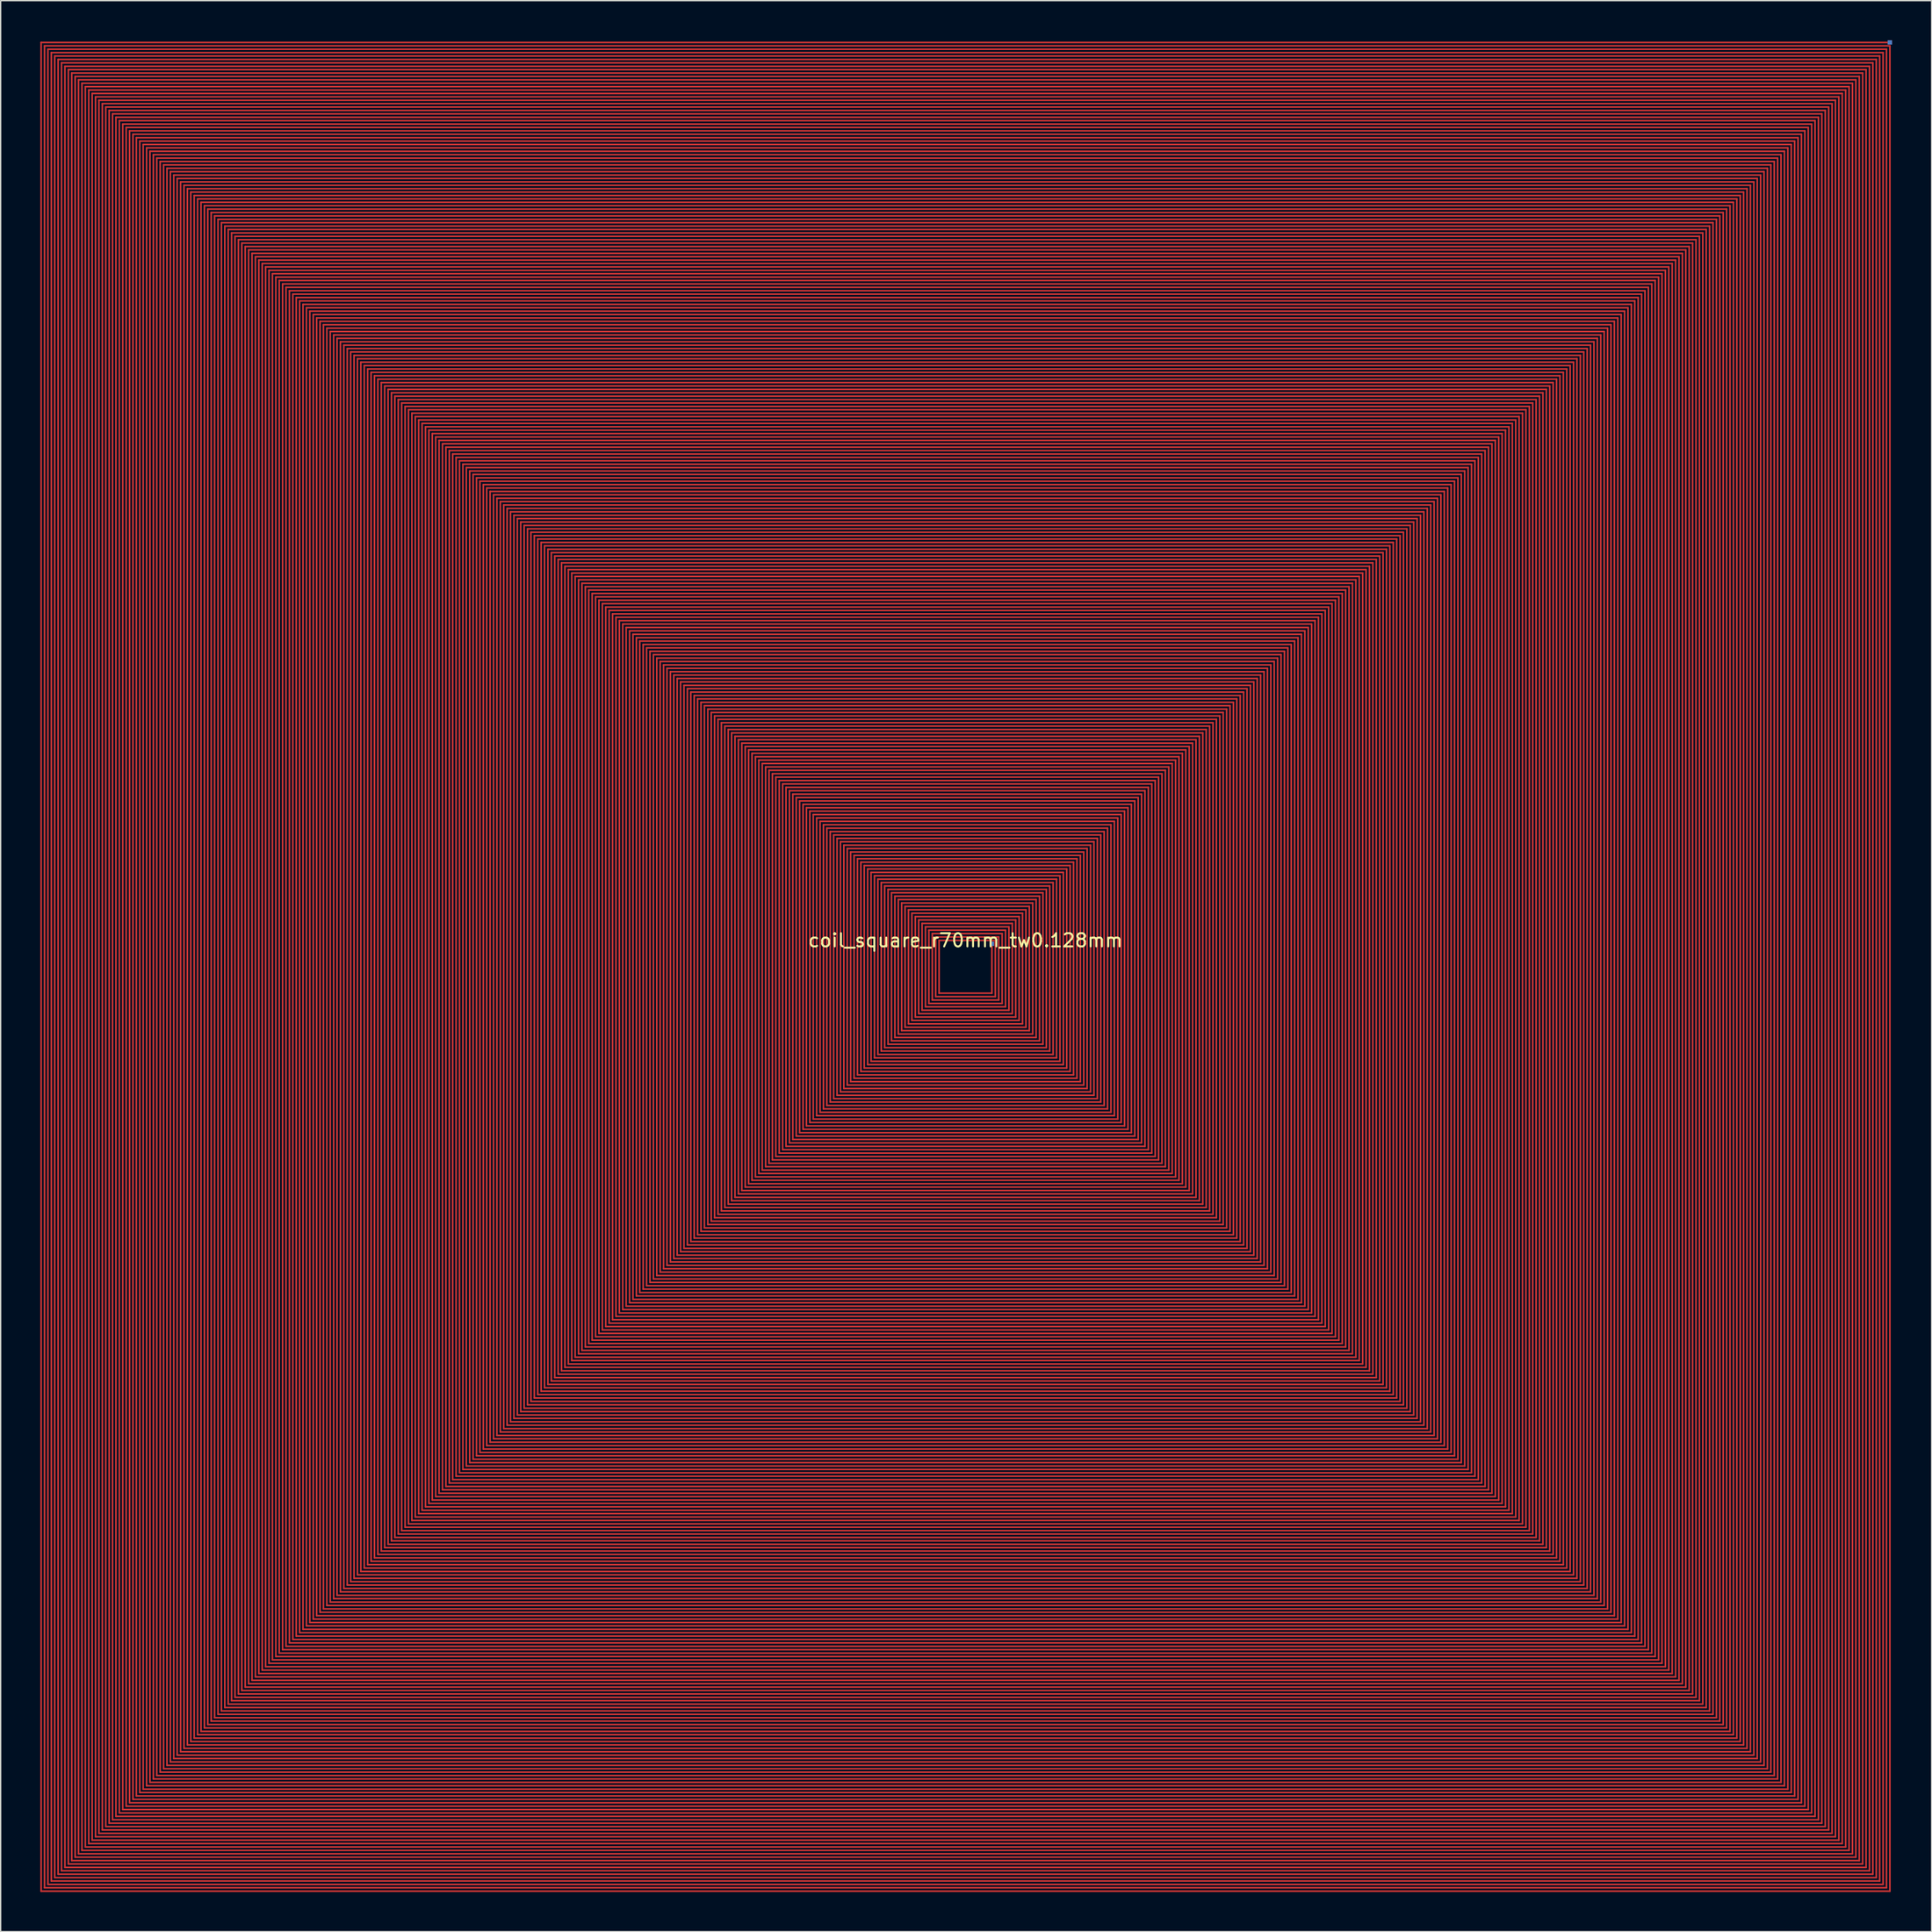
<source format=kicad_pcb>
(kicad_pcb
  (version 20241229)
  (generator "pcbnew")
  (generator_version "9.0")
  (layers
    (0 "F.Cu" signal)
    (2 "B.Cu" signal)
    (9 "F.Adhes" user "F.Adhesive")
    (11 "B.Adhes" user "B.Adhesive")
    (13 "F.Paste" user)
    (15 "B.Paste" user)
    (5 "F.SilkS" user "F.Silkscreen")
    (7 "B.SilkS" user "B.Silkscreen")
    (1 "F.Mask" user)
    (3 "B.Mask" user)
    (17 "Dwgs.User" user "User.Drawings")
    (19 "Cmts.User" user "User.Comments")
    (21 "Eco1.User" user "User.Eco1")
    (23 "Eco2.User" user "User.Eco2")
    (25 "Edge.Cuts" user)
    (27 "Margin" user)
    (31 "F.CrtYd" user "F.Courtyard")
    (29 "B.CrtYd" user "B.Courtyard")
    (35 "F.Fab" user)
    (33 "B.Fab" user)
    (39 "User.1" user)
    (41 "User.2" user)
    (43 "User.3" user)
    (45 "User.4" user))
  (footprint "coil_square_r70mm_tw0.128mm"
    (layer "F.Cu")
    (at 70.064 70.163)
    (property "Reference" "coil_square_r70mm_tw0.128mm" (at 0 -2 0) (layer "F.SilkS") (effects (font (size 1 1) (thickness 0.15))))
    (attr through_hole)
    (fp_line (start -70 -70) (end -70 70) (stroke (width 0.128) (type solid)) (layer "F.Cu"))
    (fp_line (start -70 70) (end 70 70) (stroke (width 0.128) (type solid)) (layer "F.Cu"))
    (fp_line (start -69.742 -69.742) (end -69.742 69.742) (stroke (width 0.128) (type solid)) (layer "F.Cu"))
    (fp_line (start -69.742 69.742) (end 69.742 69.742) (stroke (width 0.128) (type solid)) (layer "F.Cu"))
    (fp_line (start -69.485 -69.485) (end -69.485 69.485) (stroke (width 0.128) (type solid)) (layer "F.Cu"))
    (fp_line (start -69.485 69.485) (end 69.485 69.485) (stroke (width 0.128) (type solid)) (layer "F.Cu"))
    (fp_line (start -69.227 -69.227) (end -69.227 69.227) (stroke (width 0.128) (type solid)) (layer "F.Cu"))
    (fp_line (start -69.227 69.227) (end 69.227 69.227) (stroke (width 0.128) (type solid)) (layer "F.Cu"))
    (fp_line (start -68.97 -68.97) (end -68.97 68.97) (stroke (width 0.128) (type solid)) (layer "F.Cu"))
    (fp_line (start -68.97 68.97) (end 68.97 68.97) (stroke (width 0.128) (type solid)) (layer "F.Cu"))
    (fp_line (start -68.712 -68.712) (end -68.712 68.712) (stroke (width 0.128) (type solid)) (layer "F.Cu"))
    (fp_line (start -68.712 68.712) (end 68.712 68.712) (stroke (width 0.128) (type solid)) (layer "F.Cu"))
    (fp_line (start -68.455 -68.455) (end -68.455 68.455) (stroke (width 0.128) (type solid)) (layer "F.Cu"))
    (fp_line (start -68.455 68.455) (end 68.455 68.455) (stroke (width 0.128) (type solid)) (layer "F.Cu"))
    (fp_line (start -68.197 -68.197) (end -68.197 68.197) (stroke (width 0.128) (type solid)) (layer "F.Cu"))
    (fp_line (start -68.197 68.197) (end 68.197 68.197) (stroke (width 0.128) (type solid)) (layer "F.Cu"))
    (fp_line (start -67.939 -67.939) (end -67.939 67.939) (stroke (width 0.128) (type solid)) (layer "F.Cu"))
    (fp_line (start -67.939 67.939) (end 67.939 67.939) (stroke (width 0.128) (type solid)) (layer "F.Cu"))
    (fp_line (start -67.682 -67.682) (end -67.682 67.682) (stroke (width 0.128) (type solid)) (layer "F.Cu"))
    (fp_line (start -67.682 67.682) (end 67.682 67.682) (stroke (width 0.128) (type solid)) (layer "F.Cu"))
    (fp_line (start -67.424 -67.424) (end -67.424 67.424) (stroke (width 0.128) (type solid)) (layer "F.Cu"))
    (fp_line (start -67.424 67.424) (end 67.424 67.424) (stroke (width 0.128) (type solid)) (layer "F.Cu"))
    (fp_line (start -67.167 -67.167) (end -67.167 67.167) (stroke (width 0.128) (type solid)) (layer "F.Cu"))
    (fp_line (start -67.167 67.167) (end 67.167 67.167) (stroke (width 0.128) (type solid)) (layer "F.Cu"))
    (fp_line (start -66.909 -66.909) (end -66.909 66.909) (stroke (width 0.128) (type solid)) (layer "F.Cu"))
    (fp_line (start -66.909 66.909) (end 66.909 66.909) (stroke (width 0.128) (type solid)) (layer "F.Cu"))
    (fp_line (start -66.652 -66.652) (end -66.652 66.652) (stroke (width 0.128) (type solid)) (layer "F.Cu"))
    (fp_line (start -66.652 66.652) (end 66.652 66.652) (stroke (width 0.128) (type solid)) (layer "F.Cu"))
    (fp_line (start -66.394 -66.394) (end -66.394 66.394) (stroke (width 0.128) (type solid)) (layer "F.Cu"))
    (fp_line (start -66.394 66.394) (end 66.394 66.394) (stroke (width 0.128) (type solid)) (layer "F.Cu"))
    (fp_line (start -66.136 -66.136) (end -66.136 66.136) (stroke (width 0.128) (type solid)) (layer "F.Cu"))
    (fp_line (start -66.136 66.136) (end 66.136 66.136) (stroke (width 0.128) (type solid)) (layer "F.Cu"))
    (fp_line (start -65.879 -65.879) (end -65.879 65.879) (stroke (width 0.128) (type solid)) (layer "F.Cu"))
    (fp_line (start -65.879 65.879) (end 65.879 65.879) (stroke (width 0.128) (type solid)) (layer "F.Cu"))
    (fp_line (start -65.621 -65.621) (end -65.621 65.621) (stroke (width 0.128) (type solid)) (layer "F.Cu"))
    (fp_line (start -65.621 65.621) (end 65.621 65.621) (stroke (width 0.128) (type solid)) (layer "F.Cu"))
    (fp_line (start -65.364 -65.364) (end -65.364 65.364) (stroke (width 0.128) (type solid)) (layer "F.Cu"))
    (fp_line (start -65.364 65.364) (end 65.364 65.364) (stroke (width 0.128) (type solid)) (layer "F.Cu"))
    (fp_line (start -65.106 -65.106) (end -65.106 65.106) (stroke (width 0.128) (type solid)) (layer "F.Cu"))
    (fp_line (start -65.106 65.106) (end 65.106 65.106) (stroke (width 0.128) (type solid)) (layer "F.Cu"))
    (fp_line (start -64.848 -64.848) (end -64.848 64.848) (stroke (width 0.128) (type solid)) (layer "F.Cu"))
    (fp_line (start -64.848 64.848) (end 64.848 64.848) (stroke (width 0.128) (type solid)) (layer "F.Cu"))
    (fp_line (start -64.591 -64.591) (end -64.591 64.591) (stroke (width 0.128) (type solid)) (layer "F.Cu"))
    (fp_line (start -64.591 64.591) (end 64.591 64.591) (stroke (width 0.128) (type solid)) (layer "F.Cu"))
    (fp_line (start -64.333 -64.333) (end -64.333 64.333) (stroke (width 0.128) (type solid)) (layer "F.Cu"))
    (fp_line (start -64.333 64.333) (end 64.333 64.333) (stroke (width 0.128) (type solid)) (layer "F.Cu"))
    (fp_line (start -64.076 -64.076) (end -64.076 64.076) (stroke (width 0.128) (type solid)) (layer "F.Cu"))
    (fp_line (start -64.076 64.076) (end 64.076 64.076) (stroke (width 0.128) (type solid)) (layer "F.Cu"))
    (fp_line (start -63.818 -63.818) (end -63.818 63.818) (stroke (width 0.128) (type solid)) (layer "F.Cu"))
    (fp_line (start -63.818 63.818) (end 63.818 63.818) (stroke (width 0.128) (type solid)) (layer "F.Cu"))
    (fp_line (start -63.561 -63.561) (end -63.561 63.561) (stroke (width 0.128) (type solid)) (layer "F.Cu"))
    (fp_line (start -63.561 63.561) (end 63.561 63.561) (stroke (width 0.128) (type solid)) (layer "F.Cu"))
    (fp_line (start -63.303 -63.303) (end -63.303 63.303) (stroke (width 0.128) (type solid)) (layer "F.Cu"))
    (fp_line (start -63.303 63.303) (end 63.303 63.303) (stroke (width 0.128) (type solid)) (layer "F.Cu"))
    (fp_line (start -63.045 -63.045) (end -63.045 63.045) (stroke (width 0.128) (type solid)) (layer "F.Cu"))
    (fp_line (start -63.045 63.045) (end 63.045 63.045) (stroke (width 0.128) (type solid)) (layer "F.Cu"))
    (fp_line (start -62.788 -62.788) (end -62.788 62.788) (stroke (width 0.128) (type solid)) (layer "F.Cu"))
    (fp_line (start -62.788 62.788) (end 62.788 62.788) (stroke (width 0.128) (type solid)) (layer "F.Cu"))
    (fp_line (start -62.53 -62.53) (end -62.53 62.53) (stroke (width 0.128) (type solid)) (layer "F.Cu"))
    (fp_line (start -62.53 62.53) (end 62.53 62.53) (stroke (width 0.128) (type solid)) (layer "F.Cu"))
    (fp_line (start -62.273 -62.273) (end -62.273 62.273) (stroke (width 0.128) (type solid)) (layer "F.Cu"))
    (fp_line (start -62.273 62.273) (end 62.273 62.273) (stroke (width 0.128) (type solid)) (layer "F.Cu"))
    (fp_line (start -62.015 -62.015) (end -62.015 62.015) (stroke (width 0.128) (type solid)) (layer "F.Cu"))
    (fp_line (start -62.015 62.015) (end 62.015 62.015) (stroke (width 0.128) (type solid)) (layer "F.Cu"))
    (fp_line (start -61.758 -61.758) (end -61.758 61.758) (stroke (width 0.128) (type solid)) (layer "F.Cu"))
    (fp_line (start -61.758 61.758) (end 61.758 61.758) (stroke (width 0.128) (type solid)) (layer "F.Cu"))
    (fp_line (start -61.5 -61.5) (end -61.5 61.5) (stroke (width 0.128) (type solid)) (layer "F.Cu"))
    (fp_line (start -61.5 61.5) (end 61.5 61.5) (stroke (width 0.128) (type solid)) (layer "F.Cu"))
    (fp_line (start -61.242 -61.242) (end -61.242 61.242) (stroke (width 0.128) (type solid)) (layer "F.Cu"))
    (fp_line (start -61.242 61.242) (end 61.242 61.242) (stroke (width 0.128) (type solid)) (layer "F.Cu"))
    (fp_line (start -60.985 -60.985) (end -60.985 60.985) (stroke (width 0.128) (type solid)) (layer "F.Cu"))
    (fp_line (start -60.985 60.985) (end 60.985 60.985) (stroke (width 0.128) (type solid)) (layer "F.Cu"))
    (fp_line (start -60.727 -60.727) (end -60.727 60.727) (stroke (width 0.128) (type solid)) (layer "F.Cu"))
    (fp_line (start -60.727 60.727) (end 60.727 60.727) (stroke (width 0.128) (type solid)) (layer "F.Cu"))
    (fp_line (start -60.47 -60.47) (end -60.47 60.47) (stroke (width 0.128) (type solid)) (layer "F.Cu"))
    (fp_line (start -60.47 60.47) (end 60.47 60.47) (stroke (width 0.128) (type solid)) (layer "F.Cu"))
    (fp_line (start -60.212 -60.212) (end -60.212 60.212) (stroke (width 0.128) (type solid)) (layer "F.Cu"))
    (fp_line (start -60.212 60.212) (end 60.212 60.212) (stroke (width 0.128) (type solid)) (layer "F.Cu"))
    (fp_line (start -59.955 -59.955) (end -59.955 59.955) (stroke (width 0.128) (type solid)) (layer "F.Cu"))
    (fp_line (start -59.955 59.955) (end 59.955 59.955) (stroke (width 0.128) (type solid)) (layer "F.Cu"))
    (fp_line (start -59.697 -59.697) (end -59.697 59.697) (stroke (width 0.128) (type solid)) (layer "F.Cu"))
    (fp_line (start -59.697 59.697) (end 59.697 59.697) (stroke (width 0.128) (type solid)) (layer "F.Cu"))
    (fp_line (start -59.439 -59.439) (end -59.439 59.439) (stroke (width 0.128) (type solid)) (layer "F.Cu"))
    (fp_line (start -59.439 59.439) (end 59.439 59.439) (stroke (width 0.128) (type solid)) (layer "F.Cu"))
    (fp_line (start -59.182 -59.182) (end -59.182 59.182) (stroke (width 0.128) (type solid)) (layer "F.Cu"))
    (fp_line (start -59.182 59.182) (end 59.182 59.182) (stroke (width 0.128) (type solid)) (layer "F.Cu"))
    (fp_line (start -58.924 -58.924) (end -58.924 58.924) (stroke (width 0.128) (type solid)) (layer "F.Cu"))
    (fp_line (start -58.924 58.924) (end 58.924 58.924) (stroke (width 0.128) (type solid)) (layer "F.Cu"))
    (fp_line (start -58.667 -58.667) (end -58.667 58.667) (stroke (width 0.128) (type solid)) (layer "F.Cu"))
    (fp_line (start -58.667 58.667) (end 58.667 58.667) (stroke (width 0.128) (type solid)) (layer "F.Cu"))
    (fp_line (start -58.409 -58.409) (end -58.409 58.409) (stroke (width 0.128) (type solid)) (layer "F.Cu"))
    (fp_line (start -58.409 58.409) (end 58.409 58.409) (stroke (width 0.128) (type solid)) (layer "F.Cu"))
    (fp_line (start -58.152 -58.152) (end -58.152 58.152) (stroke (width 0.128) (type solid)) (layer "F.Cu"))
    (fp_line (start -58.152 58.152) (end 58.152 58.152) (stroke (width 0.128) (type solid)) (layer "F.Cu"))
    (fp_line (start -57.894 -57.894) (end -57.894 57.894) (stroke (width 0.128) (type solid)) (layer "F.Cu"))
    (fp_line (start -57.894 57.894) (end 57.894 57.894) (stroke (width 0.128) (type solid)) (layer "F.Cu"))
    (fp_line (start -57.636 -57.636) (end -57.636 57.636) (stroke (width 0.128) (type solid)) (layer "F.Cu"))
    (fp_line (start -57.636 57.636) (end 57.636 57.636) (stroke (width 0.128) (type solid)) (layer "F.Cu"))
    (fp_line (start -57.379 -57.379) (end -57.379 57.379) (stroke (width 0.128) (type solid)) (layer "F.Cu"))
    (fp_line (start -57.379 57.379) (end 57.379 57.379) (stroke (width 0.128) (type solid)) (layer "F.Cu"))
    (fp_line (start -57.121 -57.121) (end -57.121 57.121) (stroke (width 0.128) (type solid)) (layer "F.Cu"))
    (fp_line (start -57.121 57.121) (end 57.121 57.121) (stroke (width 0.128) (type solid)) (layer "F.Cu"))
    (fp_line (start -56.864 -56.864) (end -56.864 56.864) (stroke (width 0.128) (type solid)) (layer "F.Cu"))
    (fp_line (start -56.864 56.864) (end 56.864 56.864) (stroke (width 0.128) (type solid)) (layer "F.Cu"))
    (fp_line (start -56.606 -56.606) (end -56.606 56.606) (stroke (width 0.128) (type solid)) (layer "F.Cu"))
    (fp_line (start -56.606 56.606) (end 56.606 56.606) (stroke (width 0.128) (type solid)) (layer "F.Cu"))
    (fp_line (start -56.348 -56.348) (end -56.348 56.348) (stroke (width 0.128) (type solid)) (layer "F.Cu"))
    (fp_line (start -56.348 56.348) (end 56.348 56.348) (stroke (width 0.128) (type solid)) (layer "F.Cu"))
    (fp_line (start -56.091 -56.091) (end -56.091 56.091) (stroke (width 0.128) (type solid)) (layer "F.Cu"))
    (fp_line (start -56.091 56.091) (end 56.091 56.091) (stroke (width 0.128) (type solid)) (layer "F.Cu"))
    (fp_line (start -55.833 -55.833) (end -55.833 55.833) (stroke (width 0.128) (type solid)) (layer "F.Cu"))
    (fp_line (start -55.833 55.833) (end 55.833 55.833) (stroke (width 0.128) (type solid)) (layer "F.Cu"))
    (fp_line (start -55.576 -55.576) (end -55.576 55.576) (stroke (width 0.128) (type solid)) (layer "F.Cu"))
    (fp_line (start -55.576 55.576) (end 55.576 55.576) (stroke (width 0.128) (type solid)) (layer "F.Cu"))
    (fp_line (start -55.318 -55.318) (end -55.318 55.318) (stroke (width 0.128) (type solid)) (layer "F.Cu"))
    (fp_line (start -55.318 55.318) (end 55.318 55.318) (stroke (width 0.128) (type solid)) (layer "F.Cu"))
    (fp_line (start -55.061 -55.061) (end -55.061 55.061) (stroke (width 0.128) (type solid)) (layer "F.Cu"))
    (fp_line (start -55.061 55.061) (end 55.061 55.061) (stroke (width 0.128) (type solid)) (layer "F.Cu"))
    (fp_line (start -54.803 -54.803) (end -54.803 54.803) (stroke (width 0.128) (type solid)) (layer "F.Cu"))
    (fp_line (start -54.803 54.803) (end 54.803 54.803) (stroke (width 0.128) (type solid)) (layer "F.Cu"))
    (fp_line (start -54.545 -54.545) (end -54.545 54.545) (stroke (width 0.128) (type solid)) (layer "F.Cu"))
    (fp_line (start -54.545 54.545) (end 54.545 54.545) (stroke (width 0.128) (type solid)) (layer "F.Cu"))
    (fp_line (start -54.288 -54.288) (end -54.288 54.288) (stroke (width 0.128) (type solid)) (layer "F.Cu"))
    (fp_line (start -54.288 54.288) (end 54.288 54.288) (stroke (width 0.128) (type solid)) (layer "F.Cu"))
    (fp_line (start -54.03 -54.03) (end -54.03 54.03) (stroke (width 0.128) (type solid)) (layer "F.Cu"))
    (fp_line (start -54.03 54.03) (end 54.03 54.03) (stroke (width 0.128) (type solid)) (layer "F.Cu"))
    (fp_line (start -53.773 -53.773) (end -53.773 53.773) (stroke (width 0.128) (type solid)) (layer "F.Cu"))
    (fp_line (start -53.773 53.773) (end 53.773 53.773) (stroke (width 0.128) (type solid)) (layer "F.Cu"))
    (fp_line (start -53.515 -53.515) (end -53.515 53.515) (stroke (width 0.128) (type solid)) (layer "F.Cu"))
    (fp_line (start -53.515 53.515) (end 53.515 53.515) (stroke (width 0.128) (type solid)) (layer "F.Cu"))
    (fp_line (start -53.258 -53.258) (end -53.258 53.258) (stroke (width 0.128) (type solid)) (layer "F.Cu"))
    (fp_line (start -53.258 53.258) (end 53.258 53.258) (stroke (width 0.128) (type solid)) (layer "F.Cu"))
    (fp_line (start -53 -53) (end -53 53) (stroke (width 0.128) (type solid)) (layer "F.Cu"))
    (fp_line (start -53 53) (end 53 53) (stroke (width 0.128) (type solid)) (layer "F.Cu"))
    (fp_line (start -52.742 -52.742) (end -52.742 52.742) (stroke (width 0.128) (type solid)) (layer "F.Cu"))
    (fp_line (start -52.742 52.742) (end 52.742 52.742) (stroke (width 0.128) (type solid)) (layer "F.Cu"))
    (fp_line (start -52.485 -52.485) (end -52.485 52.485) (stroke (width 0.128) (type solid)) (layer "F.Cu"))
    (fp_line (start -52.485 52.485) (end 52.485 52.485) (stroke (width 0.128) (type solid)) (layer "F.Cu"))
    (fp_line (start -52.227 -52.227) (end -52.227 52.227) (stroke (width 0.128) (type solid)) (layer "F.Cu"))
    (fp_line (start -52.227 52.227) (end 52.227 52.227) (stroke (width 0.128) (type solid)) (layer "F.Cu"))
    (fp_line (start -51.97 -51.97) (end -51.97 51.97) (stroke (width 0.128) (type solid)) (layer "F.Cu"))
    (fp_line (start -51.97 51.97) (end 51.97 51.97) (stroke (width 0.128) (type solid)) (layer "F.Cu"))
    (fp_line (start -51.712 -51.712) (end -51.712 51.712) (stroke (width 0.128) (type solid)) (layer "F.Cu"))
    (fp_line (start -51.712 51.712) (end 51.712 51.712) (stroke (width 0.128) (type solid)) (layer "F.Cu"))
    (fp_line (start -51.455 -51.455) (end -51.455 51.455) (stroke (width 0.128) (type solid)) (layer "F.Cu"))
    (fp_line (start -51.455 51.455) (end 51.455 51.455) (stroke (width 0.128) (type solid)) (layer "F.Cu"))
    (fp_line (start -51.197 -51.197) (end -51.197 51.197) (stroke (width 0.128) (type solid)) (layer "F.Cu"))
    (fp_line (start -51.197 51.197) (end 51.197 51.197) (stroke (width 0.128) (type solid)) (layer "F.Cu"))
    (fp_line (start -50.939 -50.939) (end -50.939 50.939) (stroke (width 0.128) (type solid)) (layer "F.Cu"))
    (fp_line (start -50.939 50.939) (end 50.939 50.939) (stroke (width 0.128) (type solid)) (layer "F.Cu"))
    (fp_line (start -50.682 -50.682) (end -50.682 50.682) (stroke (width 0.128) (type solid)) (layer "F.Cu"))
    (fp_line (start -50.682 50.682) (end 50.682 50.682) (stroke (width 0.128) (type solid)) (layer "F.Cu"))
    (fp_line (start -50.424 -50.424) (end -50.424 50.424) (stroke (width 0.128) (type solid)) (layer "F.Cu"))
    (fp_line (start -50.424 50.424) (end 50.424 50.424) (stroke (width 0.128) (type solid)) (layer "F.Cu"))
    (fp_line (start -50.167 -50.167) (end -50.167 50.167) (stroke (width 0.128) (type solid)) (layer "F.Cu"))
    (fp_line (start -50.167 50.167) (end 50.167 50.167) (stroke (width 0.128) (type solid)) (layer "F.Cu"))
    (fp_line (start -49.909 -49.909) (end -49.909 49.909) (stroke (width 0.128) (type solid)) (layer "F.Cu"))
    (fp_line (start -49.909 49.909) (end 49.909 49.909) (stroke (width 0.128) (type solid)) (layer "F.Cu"))
    (fp_line (start -49.652 -49.652) (end -49.652 49.652) (stroke (width 0.128) (type solid)) (layer "F.Cu"))
    (fp_line (start -49.652 49.652) (end 49.652 49.652) (stroke (width 0.128) (type solid)) (layer "F.Cu"))
    (fp_line (start -49.394 -49.394) (end -49.394 49.394) (stroke (width 0.128) (type solid)) (layer "F.Cu"))
    (fp_line (start -49.394 49.394) (end 49.394 49.394) (stroke (width 0.128) (type solid)) (layer "F.Cu"))
    (fp_line (start -49.136 -49.136) (end -49.136 49.136) (stroke (width 0.128) (type solid)) (layer "F.Cu"))
    (fp_line (start -49.136 49.136) (end 49.136 49.136) (stroke (width 0.128) (type solid)) (layer "F.Cu"))
    (fp_line (start -48.879 -48.879) (end -48.879 48.879) (stroke (width 0.128) (type solid)) (layer "F.Cu"))
    (fp_line (start -48.879 48.879) (end 48.879 48.879) (stroke (width 0.128) (type solid)) (layer "F.Cu"))
    (fp_line (start -48.621 -48.621) (end -48.621 48.621) (stroke (width 0.128) (type solid)) (layer "F.Cu"))
    (fp_line (start -48.621 48.621) (end 48.621 48.621) (stroke (width 0.128) (type solid)) (layer "F.Cu"))
    (fp_line (start -48.364 -48.364) (end -48.364 48.364) (stroke (width 0.128) (type solid)) (layer "F.Cu"))
    (fp_line (start -48.364 48.364) (end 48.364 48.364) (stroke (width 0.128) (type solid)) (layer "F.Cu"))
    (fp_line (start -48.106 -48.106) (end -48.106 48.106) (stroke (width 0.128) (type solid)) (layer "F.Cu"))
    (fp_line (start -48.106 48.106) (end 48.106 48.106) (stroke (width 0.128) (type solid)) (layer "F.Cu"))
    (fp_line (start -47.848 -47.848) (end -47.848 47.848) (stroke (width 0.128) (type solid)) (layer "F.Cu"))
    (fp_line (start -47.848 47.848) (end 47.848 47.848) (stroke (width 0.128) (type solid)) (layer "F.Cu"))
    (fp_line (start -47.591 -47.591) (end -47.591 47.591) (stroke (width 0.128) (type solid)) (layer "F.Cu"))
    (fp_line (start -47.591 47.591) (end 47.591 47.591) (stroke (width 0.128) (type solid)) (layer "F.Cu"))
    (fp_line (start -47.333 -47.333) (end -47.333 47.333) (stroke (width 0.128) (type solid)) (layer "F.Cu"))
    (fp_line (start -47.333 47.333) (end 47.333 47.333) (stroke (width 0.128) (type solid)) (layer "F.Cu"))
    (fp_line (start -47.076 -47.076) (end -47.076 47.076) (stroke (width 0.128) (type solid)) (layer "F.Cu"))
    (fp_line (start -47.076 47.076) (end 47.076 47.076) (stroke (width 0.128) (type solid)) (layer "F.Cu"))
    (fp_line (start -46.818 -46.818) (end -46.818 46.818) (stroke (width 0.128) (type solid)) (layer "F.Cu"))
    (fp_line (start -46.818 46.818) (end 46.818 46.818) (stroke (width 0.128) (type solid)) (layer "F.Cu"))
    (fp_line (start -46.561 -46.561) (end -46.561 46.561) (stroke (width 0.128) (type solid)) (layer "F.Cu"))
    (fp_line (start -46.561 46.561) (end 46.561 46.561) (stroke (width 0.128) (type solid)) (layer "F.Cu"))
    (fp_line (start -46.303 -46.303) (end -46.303 46.303) (stroke (width 0.128) (type solid)) (layer "F.Cu"))
    (fp_line (start -46.303 46.303) (end 46.303 46.303) (stroke (width 0.128) (type solid)) (layer "F.Cu"))
    (fp_line (start -46.045 -46.045) (end -46.045 46.045) (stroke (width 0.128) (type solid)) (layer "F.Cu"))
    (fp_line (start -46.045 46.045) (end 46.045 46.045) (stroke (width 0.128) (type solid)) (layer "F.Cu"))
    (fp_line (start -45.788 -45.788) (end -45.788 45.788) (stroke (width 0.128) (type solid)) (layer "F.Cu"))
    (fp_line (start -45.788 45.788) (end 45.788 45.788) (stroke (width 0.128) (type solid)) (layer "F.Cu"))
    (fp_line (start -45.53 -45.53) (end -45.53 45.53) (stroke (width 0.128) (type solid)) (layer "F.Cu"))
    (fp_line (start -45.53 45.53) (end 45.53 45.53) (stroke (width 0.128) (type solid)) (layer "F.Cu"))
    (fp_line (start -45.273 -45.273) (end -45.273 45.273) (stroke (width 0.128) (type solid)) (layer "F.Cu"))
    (fp_line (start -45.273 45.273) (end 45.273 45.273) (stroke (width 0.128) (type solid)) (layer "F.Cu"))
    (fp_line (start -45.015 -45.015) (end -45.015 45.015) (stroke (width 0.128) (type solid)) (layer "F.Cu"))
    (fp_line (start -45.015 45.015) (end 45.015 45.015) (stroke (width 0.128) (type solid)) (layer "F.Cu"))
    (fp_line (start -44.758 -44.758) (end -44.758 44.758) (stroke (width 0.128) (type solid)) (layer "F.Cu"))
    (fp_line (start -44.758 44.758) (end 44.758 44.758) (stroke (width 0.128) (type solid)) (layer "F.Cu"))
    (fp_line (start -44.5 -44.5) (end -44.5 44.5) (stroke (width 0.128) (type solid)) (layer "F.Cu"))
    (fp_line (start -44.5 44.5) (end 44.5 44.5) (stroke (width 0.128) (type solid)) (layer "F.Cu"))
    (fp_line (start -44.242 -44.242) (end -44.242 44.242) (stroke (width 0.128) (type solid)) (layer "F.Cu"))
    (fp_line (start -44.242 44.242) (end 44.242 44.242) (stroke (width 0.128) (type solid)) (layer "F.Cu"))
    (fp_line (start -43.985 -43.985) (end -43.985 43.985) (stroke (width 0.128) (type solid)) (layer "F.Cu"))
    (fp_line (start -43.985 43.985) (end 43.985 43.985) (stroke (width 0.128) (type solid)) (layer "F.Cu"))
    (fp_line (start -43.727 -43.727) (end -43.727 43.727) (stroke (width 0.128) (type solid)) (layer "F.Cu"))
    (fp_line (start -43.727 43.727) (end 43.727 43.727) (stroke (width 0.128) (type solid)) (layer "F.Cu"))
    (fp_line (start -43.47 -43.47) (end -43.47 43.47) (stroke (width 0.128) (type solid)) (layer "F.Cu"))
    (fp_line (start -43.47 43.47) (end 43.47 43.47) (stroke (width 0.128) (type solid)) (layer "F.Cu"))
    (fp_line (start -43.212 -43.212) (end -43.212 43.212) (stroke (width 0.128) (type solid)) (layer "F.Cu"))
    (fp_line (start -43.212 43.212) (end 43.212 43.212) (stroke (width 0.128) (type solid)) (layer "F.Cu"))
    (fp_line (start -42.955 -42.955) (end -42.955 42.955) (stroke (width 0.128) (type solid)) (layer "F.Cu"))
    (fp_line (start -42.955 42.955) (end 42.955 42.955) (stroke (width 0.128) (type solid)) (layer "F.Cu"))
    (fp_line (start -42.697 -42.697) (end -42.697 42.697) (stroke (width 0.128) (type solid)) (layer "F.Cu"))
    (fp_line (start -42.697 42.697) (end 42.697 42.697) (stroke (width 0.128) (type solid)) (layer "F.Cu"))
    (fp_line (start -42.439 -42.439) (end -42.439 42.439) (stroke (width 0.128) (type solid)) (layer "F.Cu"))
    (fp_line (start -42.439 42.439) (end 42.439 42.439) (stroke (width 0.128) (type solid)) (layer "F.Cu"))
    (fp_line (start -42.182 -42.182) (end -42.182 42.182) (stroke (width 0.128) (type solid)) (layer "F.Cu"))
    (fp_line (start -42.182 42.182) (end 42.182 42.182) (stroke (width 0.128) (type solid)) (layer "F.Cu"))
    (fp_line (start -41.924 -41.924) (end -41.924 41.924) (stroke (width 0.128) (type solid)) (layer "F.Cu"))
    (fp_line (start -41.924 41.924) (end 41.924 41.924) (stroke (width 0.128) (type solid)) (layer "F.Cu"))
    (fp_line (start -41.667 -41.667) (end -41.667 41.667) (stroke (width 0.128) (type solid)) (layer "F.Cu"))
    (fp_line (start -41.667 41.667) (end 41.667 41.667) (stroke (width 0.128) (type solid)) (layer "F.Cu"))
    (fp_line (start -41.409 -41.409) (end -41.409 41.409) (stroke (width 0.128) (type solid)) (layer "F.Cu"))
    (fp_line (start -41.409 41.409) (end 41.409 41.409) (stroke (width 0.128) (type solid)) (layer "F.Cu"))
    (fp_line (start -41.152 -41.152) (end -41.152 41.152) (stroke (width 0.128) (type solid)) (layer "F.Cu"))
    (fp_line (start -41.152 41.152) (end 41.152 41.152) (stroke (width 0.128) (type solid)) (layer "F.Cu"))
    (fp_line (start -40.894 -40.894) (end -40.894 40.894) (stroke (width 0.128) (type solid)) (layer "F.Cu"))
    (fp_line (start -40.894 40.894) (end 40.894 40.894) (stroke (width 0.128) (type solid)) (layer "F.Cu"))
    (fp_line (start -40.636 -40.636) (end -40.636 40.636) (stroke (width 0.128) (type solid)) (layer "F.Cu"))
    (fp_line (start -40.636 40.636) (end 40.636 40.636) (stroke (width 0.128) (type solid)) (layer "F.Cu"))
    (fp_line (start -40.379 -40.379) (end -40.379 40.379) (stroke (width 0.128) (type solid)) (layer "F.Cu"))
    (fp_line (start -40.379 40.379) (end 40.379 40.379) (stroke (width 0.128) (type solid)) (layer "F.Cu"))
    (fp_line (start -40.121 -40.121) (end -40.121 40.121) (stroke (width 0.128) (type solid)) (layer "F.Cu"))
    (fp_line (start -40.121 40.121) (end 40.121 40.121) (stroke (width 0.128) (type solid)) (layer "F.Cu"))
    (fp_line (start -39.864 -39.864) (end -39.864 39.864) (stroke (width 0.128) (type solid)) (layer "F.Cu"))
    (fp_line (start -39.864 39.864) (end 39.864 39.864) (stroke (width 0.128) (type solid)) (layer "F.Cu"))
    (fp_line (start -39.606 -39.606) (end -39.606 39.606) (stroke (width 0.128) (type solid)) (layer "F.Cu"))
    (fp_line (start -39.606 39.606) (end 39.606 39.606) (stroke (width 0.128) (type solid)) (layer "F.Cu"))
    (fp_line (start -39.348 -39.348) (end -39.348 39.348) (stroke (width 0.128) (type solid)) (layer "F.Cu"))
    (fp_line (start -39.348 39.348) (end 39.348 39.348) (stroke (width 0.128) (type solid)) (layer "F.Cu"))
    (fp_line (start -39.091 -39.091) (end -39.091 39.091) (stroke (width 0.128) (type solid)) (layer "F.Cu"))
    (fp_line (start -39.091 39.091) (end 39.091 39.091) (stroke (width 0.128) (type solid)) (layer "F.Cu"))
    (fp_line (start -38.833 -38.833) (end -38.833 38.833) (stroke (width 0.128) (type solid)) (layer "F.Cu"))
    (fp_line (start -38.833 38.833) (end 38.833 38.833) (stroke (width 0.128) (type solid)) (layer "F.Cu"))
    (fp_line (start -38.576 -38.576) (end -38.576 38.576) (stroke (width 0.128) (type solid)) (layer "F.Cu"))
    (fp_line (start -38.576 38.576) (end 38.576 38.576) (stroke (width 0.128) (type solid)) (layer "F.Cu"))
    (fp_line (start -38.318 -38.318) (end -38.318 38.318) (stroke (width 0.128) (type solid)) (layer "F.Cu"))
    (fp_line (start -38.318 38.318) (end 38.318 38.318) (stroke (width 0.128) (type solid)) (layer "F.Cu"))
    (fp_line (start -38.061 -38.061) (end -38.061 38.061) (stroke (width 0.128) (type solid)) (layer "F.Cu"))
    (fp_line (start -38.061 38.061) (end 38.061 38.061) (stroke (width 0.128) (type solid)) (layer "F.Cu"))
    (fp_line (start -37.803 -37.803) (end -37.803 37.803) (stroke (width 0.128) (type solid)) (layer "F.Cu"))
    (fp_line (start -37.803 37.803) (end 37.803 37.803) (stroke (width 0.128) (type solid)) (layer "F.Cu"))
    (fp_line (start -37.545 -37.545) (end -37.545 37.545) (stroke (width 0.128) (type solid)) (layer "F.Cu"))
    (fp_line (start -37.545 37.545) (end 37.545 37.545) (stroke (width 0.128) (type solid)) (layer "F.Cu"))
    (fp_line (start -37.288 -37.288) (end -37.288 37.288) (stroke (width 0.128) (type solid)) (layer "F.Cu"))
    (fp_line (start -37.288 37.288) (end 37.288 37.288) (stroke (width 0.128) (type solid)) (layer "F.Cu"))
    (fp_line (start -37.03 -37.03) (end -37.03 37.03) (stroke (width 0.128) (type solid)) (layer "F.Cu"))
    (fp_line (start -37.03 37.03) (end 37.03 37.03) (stroke (width 0.128) (type solid)) (layer "F.Cu"))
    (fp_line (start -36.773 -36.773) (end -36.773 36.773) (stroke (width 0.128) (type solid)) (layer "F.Cu"))
    (fp_line (start -36.773 36.773) (end 36.773 36.773) (stroke (width 0.128) (type solid)) (layer "F.Cu"))
    (fp_line (start -36.515 -36.515) (end -36.515 36.515) (stroke (width 0.128) (type solid)) (layer "F.Cu"))
    (fp_line (start -36.515 36.515) (end 36.515 36.515) (stroke (width 0.128) (type solid)) (layer "F.Cu"))
    (fp_line (start -36.258 -36.258) (end -36.258 36.258) (stroke (width 0.128) (type solid)) (layer "F.Cu"))
    (fp_line (start -36.258 36.258) (end 36.258 36.258) (stroke (width 0.128) (type solid)) (layer "F.Cu"))
    (fp_line (start -36 -36) (end -36 36) (stroke (width 0.128) (type solid)) (layer "F.Cu"))
    (fp_line (start -36 36) (end 36 36) (stroke (width 0.128) (type solid)) (layer "F.Cu"))
    (fp_line (start -35.742 -35.742) (end -35.742 35.742) (stroke (width 0.128) (type solid)) (layer "F.Cu"))
    (fp_line (start -35.742 35.742) (end 35.742 35.742) (stroke (width 0.128) (type solid)) (layer "F.Cu"))
    (fp_line (start -35.485 -35.485) (end -35.485 35.485) (stroke (width 0.128) (type solid)) (layer "F.Cu"))
    (fp_line (start -35.485 35.485) (end 35.485 35.485) (stroke (width 0.128) (type solid)) (layer "F.Cu"))
    (fp_line (start -35.227 -35.227) (end -35.227 35.227) (stroke (width 0.128) (type solid)) (layer "F.Cu"))
    (fp_line (start -35.227 35.227) (end 35.227 35.227) (stroke (width 0.128) (type solid)) (layer "F.Cu"))
    (fp_line (start -34.97 -34.97) (end -34.97 34.97) (stroke (width 0.128) (type solid)) (layer "F.Cu"))
    (fp_line (start -34.97 34.97) (end 34.97 34.97) (stroke (width 0.128) (type solid)) (layer "F.Cu"))
    (fp_line (start -34.712 -34.712) (end -34.712 34.712) (stroke (width 0.128) (type solid)) (layer "F.Cu"))
    (fp_line (start -34.712 34.712) (end 34.712 34.712) (stroke (width 0.128) (type solid)) (layer "F.Cu"))
    (fp_line (start -34.455 -34.455) (end -34.455 34.455) (stroke (width 0.128) (type solid)) (layer "F.Cu"))
    (fp_line (start -34.455 34.455) (end 34.455 34.455) (stroke (width 0.128) (type solid)) (layer "F.Cu"))
    (fp_line (start -34.197 -34.197) (end -34.197 34.197) (stroke (width 0.128) (type solid)) (layer "F.Cu"))
    (fp_line (start -34.197 34.197) (end 34.197 34.197) (stroke (width 0.128) (type solid)) (layer "F.Cu"))
    (fp_line (start -33.939 -33.939) (end -33.939 33.939) (stroke (width 0.128) (type solid)) (layer "F.Cu"))
    (fp_line (start -33.939 33.939) (end 33.939 33.939) (stroke (width 0.128) (type solid)) (layer "F.Cu"))
    (fp_line (start -33.682 -33.682) (end -33.682 33.682) (stroke (width 0.128) (type solid)) (layer "F.Cu"))
    (fp_line (start -33.682 33.682) (end 33.682 33.682) (stroke (width 0.128) (type solid)) (layer "F.Cu"))
    (fp_line (start -33.424 -33.424) (end -33.424 33.424) (stroke (width 0.128) (type solid)) (layer "F.Cu"))
    (fp_line (start -33.424 33.424) (end 33.424 33.424) (stroke (width 0.128) (type solid)) (layer "F.Cu"))
    (fp_line (start -33.167 -33.167) (end -33.167 33.167) (stroke (width 0.128) (type solid)) (layer "F.Cu"))
    (fp_line (start -33.167 33.167) (end 33.167 33.167) (stroke (width 0.128) (type solid)) (layer "F.Cu"))
    (fp_line (start -32.909 -32.909) (end -32.909 32.909) (stroke (width 0.128) (type solid)) (layer "F.Cu"))
    (fp_line (start -32.909 32.909) (end 32.909 32.909) (stroke (width 0.128) (type solid)) (layer "F.Cu"))
    (fp_line (start -32.652 -32.652) (end -32.652 32.652) (stroke (width 0.128) (type solid)) (layer "F.Cu"))
    (fp_line (start -32.652 32.652) (end 32.652 32.652) (stroke (width 0.128) (type solid)) (layer "F.Cu"))
    (fp_line (start -32.394 -32.394) (end -32.394 32.394) (stroke (width 0.128) (type solid)) (layer "F.Cu"))
    (fp_line (start -32.394 32.394) (end 32.394 32.394) (stroke (width 0.128) (type solid)) (layer "F.Cu"))
    (fp_line (start -32.136 -32.136) (end -32.136 32.136) (stroke (width 0.128) (type solid)) (layer "F.Cu"))
    (fp_line (start -32.136 32.136) (end 32.136 32.136) (stroke (width 0.128) (type solid)) (layer "F.Cu"))
    (fp_line (start -31.879 -31.879) (end -31.879 31.879) (stroke (width 0.128) (type solid)) (layer "F.Cu"))
    (fp_line (start -31.879 31.879) (end 31.879 31.879) (stroke (width 0.128) (type solid)) (layer "F.Cu"))
    (fp_line (start -31.621 -31.621) (end -31.621 31.621) (stroke (width 0.128) (type solid)) (layer "F.Cu"))
    (fp_line (start -31.621 31.621) (end 31.621 31.621) (stroke (width 0.128) (type solid)) (layer "F.Cu"))
    (fp_line (start -31.364 -31.364) (end -31.364 31.364) (stroke (width 0.128) (type solid)) (layer "F.Cu"))
    (fp_line (start -31.364 31.364) (end 31.364 31.364) (stroke (width 0.128) (type solid)) (layer "F.Cu"))
    (fp_line (start -31.106 -31.106) (end -31.106 31.106) (stroke (width 0.128) (type solid)) (layer "F.Cu"))
    (fp_line (start -31.106 31.106) (end 31.106 31.106) (stroke (width 0.128) (type solid)) (layer "F.Cu"))
    (fp_line (start -30.848 -30.848) (end -30.848 30.848) (stroke (width 0.128) (type solid)) (layer "F.Cu"))
    (fp_line (start -30.848 30.848) (end 30.848 30.848) (stroke (width 0.128) (type solid)) (layer "F.Cu"))
    (fp_line (start -30.591 -30.591) (end -30.591 30.591) (stroke (width 0.128) (type solid)) (layer "F.Cu"))
    (fp_line (start -30.591 30.591) (end 30.591 30.591) (stroke (width 0.128) (type solid)) (layer "F.Cu"))
    (fp_line (start -30.333 -30.333) (end -30.333 30.333) (stroke (width 0.128) (type solid)) (layer "F.Cu"))
    (fp_line (start -30.333 30.333) (end 30.333 30.333) (stroke (width 0.128) (type solid)) (layer "F.Cu"))
    (fp_line (start -30.076 -30.076) (end -30.076 30.076) (stroke (width 0.128) (type solid)) (layer "F.Cu"))
    (fp_line (start -30.076 30.076) (end 30.076 30.076) (stroke (width 0.128) (type solid)) (layer "F.Cu"))
    (fp_line (start -29.818 -29.818) (end -29.818 29.818) (stroke (width 0.128) (type solid)) (layer "F.Cu"))
    (fp_line (start -29.818 29.818) (end 29.818 29.818) (stroke (width 0.128) (type solid)) (layer "F.Cu"))
    (fp_line (start -29.561 -29.561) (end -29.561 29.561) (stroke (width 0.128) (type solid)) (layer "F.Cu"))
    (fp_line (start -29.561 29.561) (end 29.561 29.561) (stroke (width 0.128) (type solid)) (layer "F.Cu"))
    (fp_line (start -29.303 -29.303) (end -29.303 29.303) (stroke (width 0.128) (type solid)) (layer "F.Cu"))
    (fp_line (start -29.303 29.303) (end 29.303 29.303) (stroke (width 0.128) (type solid)) (layer "F.Cu"))
    (fp_line (start -29.045 -29.045) (end -29.045 29.045) (stroke (width 0.128) (type solid)) (layer "F.Cu"))
    (fp_line (start -29.045 29.045) (end 29.045 29.045) (stroke (width 0.128) (type solid)) (layer "F.Cu"))
    (fp_line (start -28.788 -28.788) (end -28.788 28.788) (stroke (width 0.128) (type solid)) (layer "F.Cu"))
    (fp_line (start -28.788 28.788) (end 28.788 28.788) (stroke (width 0.128) (type solid)) (layer "F.Cu"))
    (fp_line (start -28.53 -28.53) (end -28.53 28.53) (stroke (width 0.128) (type solid)) (layer "F.Cu"))
    (fp_line (start -28.53 28.53) (end 28.53 28.53) (stroke (width 0.128) (type solid)) (layer "F.Cu"))
    (fp_line (start -28.273 -28.273) (end -28.273 28.273) (stroke (width 0.128) (type solid)) (layer "F.Cu"))
    (fp_line (start -28.273 28.273) (end 28.273 28.273) (stroke (width 0.128) (type solid)) (layer "F.Cu"))
    (fp_line (start -28.015 -28.015) (end -28.015 28.015) (stroke (width 0.128) (type solid)) (layer "F.Cu"))
    (fp_line (start -28.015 28.015) (end 28.015 28.015) (stroke (width 0.128) (type solid)) (layer "F.Cu"))
    (fp_line (start -27.758 -27.758) (end -27.758 27.758) (stroke (width 0.128) (type solid)) (layer "F.Cu"))
    (fp_line (start -27.758 27.758) (end 27.758 27.758) (stroke (width 0.128) (type solid)) (layer "F.Cu"))
    (fp_line (start -27.5 -27.5) (end -27.5 27.5) (stroke (width 0.128) (type solid)) (layer "F.Cu"))
    (fp_line (start -27.5 27.5) (end 27.5 27.5) (stroke (width 0.128) (type solid)) (layer "F.Cu"))
    (fp_line (start -27.242 -27.242) (end -27.242 27.242) (stroke (width 0.128) (type solid)) (layer "F.Cu"))
    (fp_line (start -27.242 27.242) (end 27.242 27.242) (stroke (width 0.128) (type solid)) (layer "F.Cu"))
    (fp_line (start -26.985 -26.985) (end -26.985 26.985) (stroke (width 0.128) (type solid)) (layer "F.Cu"))
    (fp_line (start -26.985 26.985) (end 26.985 26.985) (stroke (width 0.128) (type solid)) (layer "F.Cu"))
    (fp_line (start -26.727 -26.727) (end -26.727 26.727) (stroke (width 0.128) (type solid)) (layer "F.Cu"))
    (fp_line (start -26.727 26.727) (end 26.727 26.727) (stroke (width 0.128) (type solid)) (layer "F.Cu"))
    (fp_line (start -26.47 -26.47) (end -26.47 26.47) (stroke (width 0.128) (type solid)) (layer "F.Cu"))
    (fp_line (start -26.47 26.47) (end 26.47 26.47) (stroke (width 0.128) (type solid)) (layer "F.Cu"))
    (fp_line (start -26.212 -26.212) (end -26.212 26.212) (stroke (width 0.128) (type solid)) (layer "F.Cu"))
    (fp_line (start -26.212 26.212) (end 26.212 26.212) (stroke (width 0.128) (type solid)) (layer "F.Cu"))
    (fp_line (start -25.955 -25.955) (end -25.955 25.955) (stroke (width 0.128) (type solid)) (layer "F.Cu"))
    (fp_line (start -25.955 25.955) (end 25.955 25.955) (stroke (width 0.128) (type solid)) (layer "F.Cu"))
    (fp_line (start -25.697 -25.697) (end -25.697 25.697) (stroke (width 0.128) (type solid)) (layer "F.Cu"))
    (fp_line (start -25.697 25.697) (end 25.697 25.697) (stroke (width 0.128) (type solid)) (layer "F.Cu"))
    (fp_line (start -25.439 -25.439) (end -25.439 25.439) (stroke (width 0.128) (type solid)) (layer "F.Cu"))
    (fp_line (start -25.439 25.439) (end 25.439 25.439) (stroke (width 0.128) (type solid)) (layer "F.Cu"))
    (fp_line (start -25.182 -25.182) (end -25.182 25.182) (stroke (width 0.128) (type solid)) (layer "F.Cu"))
    (fp_line (start -25.182 25.182) (end 25.182 25.182) (stroke (width 0.128) (type solid)) (layer "F.Cu"))
    (fp_line (start -24.924 -24.924) (end -24.924 24.924) (stroke (width 0.128) (type solid)) (layer "F.Cu"))
    (fp_line (start -24.924 24.924) (end 24.924 24.924) (stroke (width 0.128) (type solid)) (layer "F.Cu"))
    (fp_line (start -24.667 -24.667) (end -24.667 24.667) (stroke (width 0.128) (type solid)) (layer "F.Cu"))
    (fp_line (start -24.667 24.667) (end 24.667 24.667) (stroke (width 0.128) (type solid)) (layer "F.Cu"))
    (fp_line (start -24.409 -24.409) (end -24.409 24.409) (stroke (width 0.128) (type solid)) (layer "F.Cu"))
    (fp_line (start -24.409 24.409) (end 24.409 24.409) (stroke (width 0.128) (type solid)) (layer "F.Cu"))
    (fp_line (start -24.152 -24.152) (end -24.152 24.152) (stroke (width 0.128) (type solid)) (layer "F.Cu"))
    (fp_line (start -24.152 24.152) (end 24.152 24.152) (stroke (width 0.128) (type solid)) (layer "F.Cu"))
    (fp_line (start -23.894 -23.894) (end -23.894 23.894) (stroke (width 0.128) (type solid)) (layer "F.Cu"))
    (fp_line (start -23.894 23.894) (end 23.894 23.894) (stroke (width 0.128) (type solid)) (layer "F.Cu"))
    (fp_line (start -23.636 -23.636) (end -23.636 23.636) (stroke (width 0.128) (type solid)) (layer "F.Cu"))
    (fp_line (start -23.636 23.636) (end 23.636 23.636) (stroke (width 0.128) (type solid)) (layer "F.Cu"))
    (fp_line (start -23.379 -23.379) (end -23.379 23.379) (stroke (width 0.128) (type solid)) (layer "F.Cu"))
    (fp_line (start -23.379 23.379) (end 23.379 23.379) (stroke (width 0.128) (type solid)) (layer "F.Cu"))
    (fp_line (start -23.121 -23.121) (end -23.121 23.121) (stroke (width 0.128) (type solid)) (layer "F.Cu"))
    (fp_line (start -23.121 23.121) (end 23.121 23.121) (stroke (width 0.128) (type solid)) (layer "F.Cu"))
    (fp_line (start -22.864 -22.864) (end -22.864 22.864) (stroke (width 0.128) (type solid)) (layer "F.Cu"))
    (fp_line (start -22.864 22.864) (end 22.864 22.864) (stroke (width 0.128) (type solid)) (layer "F.Cu"))
    (fp_line (start -22.606 -22.606) (end -22.606 22.606) (stroke (width 0.128) (type solid)) (layer "F.Cu"))
    (fp_line (start -22.606 22.606) (end 22.606 22.606) (stroke (width 0.128) (type solid)) (layer "F.Cu"))
    (fp_line (start -22.348 -22.348) (end -22.348 22.348) (stroke (width 0.128) (type solid)) (layer "F.Cu"))
    (fp_line (start -22.348 22.348) (end 22.348 22.348) (stroke (width 0.128) (type solid)) (layer "F.Cu"))
    (fp_line (start -22.091 -22.091) (end -22.091 22.091) (stroke (width 0.128) (type solid)) (layer "F.Cu"))
    (fp_line (start -22.091 22.091) (end 22.091 22.091) (stroke (width 0.128) (type solid)) (layer "F.Cu"))
    (fp_line (start -21.833 -21.833) (end -21.833 21.833) (stroke (width 0.128) (type solid)) (layer "F.Cu"))
    (fp_line (start -21.833 21.833) (end 21.833 21.833) (stroke (width 0.128) (type solid)) (layer "F.Cu"))
    (fp_line (start -21.576 -21.576) (end -21.576 21.576) (stroke (width 0.128) (type solid)) (layer "F.Cu"))
    (fp_line (start -21.576 21.576) (end 21.576 21.576) (stroke (width 0.128) (type solid)) (layer "F.Cu"))
    (fp_line (start -21.318 -21.318) (end -21.318 21.318) (stroke (width 0.128) (type solid)) (layer "F.Cu"))
    (fp_line (start -21.318 21.318) (end 21.318 21.318) (stroke (width 0.128) (type solid)) (layer "F.Cu"))
    (fp_line (start -21.061 -21.061) (end -21.061 21.061) (stroke (width 0.128) (type solid)) (layer "F.Cu"))
    (fp_line (start -21.061 21.061) (end 21.061 21.061) (stroke (width 0.128) (type solid)) (layer "F.Cu"))
    (fp_line (start -20.803 -20.803) (end -20.803 20.803) (stroke (width 0.128) (type solid)) (layer "F.Cu"))
    (fp_line (start -20.803 20.803) (end 20.803 20.803) (stroke (width 0.128) (type solid)) (layer "F.Cu"))
    (fp_line (start -20.545 -20.545) (end -20.545 20.545) (stroke (width 0.128) (type solid)) (layer "F.Cu"))
    (fp_line (start -20.545 20.545) (end 20.545 20.545) (stroke (width 0.128) (type solid)) (layer "F.Cu"))
    (fp_line (start -20.288 -20.288) (end -20.288 20.288) (stroke (width 0.128) (type solid)) (layer "F.Cu"))
    (fp_line (start -20.288 20.288) (end 20.288 20.288) (stroke (width 0.128) (type solid)) (layer "F.Cu"))
    (fp_line (start -20.03 -20.03) (end -20.03 20.03) (stroke (width 0.128) (type solid)) (layer "F.Cu"))
    (fp_line (start -20.03 20.03) (end 20.03 20.03) (stroke (width 0.128) (type solid)) (layer "F.Cu"))
    (fp_line (start -19.773 -19.773) (end -19.773 19.773) (stroke (width 0.128) (type solid)) (layer "F.Cu"))
    (fp_line (start -19.773 19.773) (end 19.773 19.773) (stroke (width 0.128) (type solid)) (layer "F.Cu"))
    (fp_line (start -19.515 -19.515) (end -19.515 19.515) (stroke (width 0.128) (type solid)) (layer "F.Cu"))
    (fp_line (start -19.515 19.515) (end 19.515 19.515) (stroke (width 0.128) (type solid)) (layer "F.Cu"))
    (fp_line (start -19.258 -19.258) (end -19.258 19.258) (stroke (width 0.128) (type solid)) (layer "F.Cu"))
    (fp_line (start -19.258 19.258) (end 19.258 19.258) (stroke (width 0.128) (type solid)) (layer "F.Cu"))
    (fp_line (start -19 -19) (end -19 19) (stroke (width 0.128) (type solid)) (layer "F.Cu"))
    (fp_line (start -19 19) (end 19 19) (stroke (width 0.128) (type solid)) (layer "F.Cu"))
    (fp_line (start -18.742 -18.742) (end -18.742 18.742) (stroke (width 0.128) (type solid)) (layer "F.Cu"))
    (fp_line (start -18.742 18.742) (end 18.742 18.742) (stroke (width 0.128) (type solid)) (layer "F.Cu"))
    (fp_line (start -18.485 -18.485) (end -18.485 18.485) (stroke (width 0.128) (type solid)) (layer "F.Cu"))
    (fp_line (start -18.485 18.485) (end 18.485 18.485) (stroke (width 0.128) (type solid)) (layer "F.Cu"))
    (fp_line (start -18.227 -18.227) (end -18.227 18.227) (stroke (width 0.128) (type solid)) (layer "F.Cu"))
    (fp_line (start -18.227 18.227) (end 18.227 18.227) (stroke (width 0.128) (type solid)) (layer "F.Cu"))
    (fp_line (start -17.97 -17.97) (end -17.97 17.97) (stroke (width 0.128) (type solid)) (layer "F.Cu"))
    (fp_line (start -17.97 17.97) (end 17.97 17.97) (stroke (width 0.128) (type solid)) (layer "F.Cu"))
    (fp_line (start -17.712 -17.712) (end -17.712 17.712) (stroke (width 0.128) (type solid)) (layer "F.Cu"))
    (fp_line (start -17.712 17.712) (end 17.712 17.712) (stroke (width 0.128) (type solid)) (layer "F.Cu"))
    (fp_line (start -17.455 -17.455) (end -17.455 17.455) (stroke (width 0.128) (type solid)) (layer "F.Cu"))
    (fp_line (start -17.455 17.455) (end 17.455 17.455) (stroke (width 0.128) (type solid)) (layer "F.Cu"))
    (fp_line (start -17.197 -17.197) (end -17.197 17.197) (stroke (width 0.128) (type solid)) (layer "F.Cu"))
    (fp_line (start -17.197 17.197) (end 17.197 17.197) (stroke (width 0.128) (type solid)) (layer "F.Cu"))
    (fp_line (start -16.939 -16.939) (end -16.939 16.939) (stroke (width 0.128) (type solid)) (layer "F.Cu"))
    (fp_line (start -16.939 16.939) (end 16.939 16.939) (stroke (width 0.128) (type solid)) (layer "F.Cu"))
    (fp_line (start -16.682 -16.682) (end -16.682 16.682) (stroke (width 0.128) (type solid)) (layer "F.Cu"))
    (fp_line (start -16.682 16.682) (end 16.682 16.682) (stroke (width 0.128) (type solid)) (layer "F.Cu"))
    (fp_line (start -16.424 -16.424) (end -16.424 16.424) (stroke (width 0.128) (type solid)) (layer "F.Cu"))
    (fp_line (start -16.424 16.424) (end 16.424 16.424) (stroke (width 0.128) (type solid)) (layer "F.Cu"))
    (fp_line (start -16.167 -16.167) (end -16.167 16.167) (stroke (width 0.128) (type solid)) (layer "F.Cu"))
    (fp_line (start -16.167 16.167) (end 16.167 16.167) (stroke (width 0.128) (type solid)) (layer "F.Cu"))
    (fp_line (start -15.909 -15.909) (end -15.909 15.909) (stroke (width 0.128) (type solid)) (layer "F.Cu"))
    (fp_line (start -15.909 15.909) (end 15.909 15.909) (stroke (width 0.128) (type solid)) (layer "F.Cu"))
    (fp_line (start -15.652 -15.652) (end -15.652 15.652) (stroke (width 0.128) (type solid)) (layer "F.Cu"))
    (fp_line (start -15.652 15.652) (end 15.652 15.652) (stroke (width 0.128) (type solid)) (layer "F.Cu"))
    (fp_line (start -15.394 -15.394) (end -15.394 15.394) (stroke (width 0.128) (type solid)) (layer "F.Cu"))
    (fp_line (start -15.394 15.394) (end 15.394 15.394) (stroke (width 0.128) (type solid)) (layer "F.Cu"))
    (fp_line (start -15.136 -15.136) (end -15.136 15.136) (stroke (width 0.128) (type solid)) (layer "F.Cu"))
    (fp_line (start -15.136 15.136) (end 15.136 15.136) (stroke (width 0.128) (type solid)) (layer "F.Cu"))
    (fp_line (start -14.879 -14.879) (end -14.879 14.879) (stroke (width 0.128) (type solid)) (layer "F.Cu"))
    (fp_line (start -14.879 14.879) (end 14.879 14.879) (stroke (width 0.128) (type solid)) (layer "F.Cu"))
    (fp_line (start -14.621 -14.621) (end -14.621 14.621) (stroke (width 0.128) (type solid)) (layer "F.Cu"))
    (fp_line (start -14.621 14.621) (end 14.621 14.621) (stroke (width 0.128) (type solid)) (layer "F.Cu"))
    (fp_line (start -14.364 -14.364) (end -14.364 14.364) (stroke (width 0.128) (type solid)) (layer "F.Cu"))
    (fp_line (start -14.364 14.364) (end 14.364 14.364) (stroke (width 0.128) (type solid)) (layer "F.Cu"))
    (fp_line (start -14.106 -14.106) (end -14.106 14.106) (stroke (width 0.128) (type solid)) (layer "F.Cu"))
    (fp_line (start -14.106 14.106) (end 14.106 14.106) (stroke (width 0.128) (type solid)) (layer "F.Cu"))
    (fp_line (start -13.848 -13.848) (end -13.848 13.848) (stroke (width 0.128) (type solid)) (layer "F.Cu"))
    (fp_line (start -13.848 13.848) (end 13.848 13.848) (stroke (width 0.128) (type solid)) (layer "F.Cu"))
    (fp_line (start -13.591 -13.591) (end -13.591 13.591) (stroke (width 0.128) (type solid)) (layer "F.Cu"))
    (fp_line (start -13.591 13.591) (end 13.591 13.591) (stroke (width 0.128) (type solid)) (layer "F.Cu"))
    (fp_line (start -13.333 -13.333) (end -13.333 13.333) (stroke (width 0.128) (type solid)) (layer "F.Cu"))
    (fp_line (start -13.333 13.333) (end 13.333 13.333) (stroke (width 0.128) (type solid)) (layer "F.Cu"))
    (fp_line (start -13.076 -13.076) (end -13.076 13.076) (stroke (width 0.128) (type solid)) (layer "F.Cu"))
    (fp_line (start -13.076 13.076) (end 13.076 13.076) (stroke (width 0.128) (type solid)) (layer "F.Cu"))
    (fp_line (start -12.818 -12.818) (end -12.818 12.818) (stroke (width 0.128) (type solid)) (layer "F.Cu"))
    (fp_line (start -12.818 12.818) (end 12.818 12.818) (stroke (width 0.128) (type solid)) (layer "F.Cu"))
    (fp_line (start -12.561 -12.561) (end -12.561 12.561) (stroke (width 0.128) (type solid)) (layer "F.Cu"))
    (fp_line (start -12.561 12.561) (end 12.561 12.561) (stroke (width 0.128) (type solid)) (layer "F.Cu"))
    (fp_line (start -12.303 -12.303) (end -12.303 12.303) (stroke (width 0.128) (type solid)) (layer "F.Cu"))
    (fp_line (start -12.303 12.303) (end 12.303 12.303) (stroke (width 0.128) (type solid)) (layer "F.Cu"))
    (fp_line (start -12.045 -12.045) (end -12.045 12.045) (stroke (width 0.128) (type solid)) (layer "F.Cu"))
    (fp_line (start -12.045 12.045) (end 12.045 12.045) (stroke (width 0.128) (type solid)) (layer "F.Cu"))
    (fp_line (start -11.788 -11.788) (end -11.788 11.788) (stroke (width 0.128) (type solid)) (layer "F.Cu"))
    (fp_line (start -11.788 11.788) (end 11.788 11.788) (stroke (width 0.128) (type solid)) (layer "F.Cu"))
    (fp_line (start -11.53 -11.53) (end -11.53 11.53) (stroke (width 0.128) (type solid)) (layer "F.Cu"))
    (fp_line (start -11.53 11.53) (end 11.53 11.53) (stroke (width 0.128) (type solid)) (layer "F.Cu"))
    (fp_line (start -11.273 -11.273) (end -11.273 11.273) (stroke (width 0.128) (type solid)) (layer "F.Cu"))
    (fp_line (start -11.273 11.273) (end 11.273 11.273) (stroke (width 0.128) (type solid)) (layer "F.Cu"))
    (fp_line (start -11.015 -11.015) (end -11.015 11.015) (stroke (width 0.128) (type solid)) (layer "F.Cu"))
    (fp_line (start -11.015 11.015) (end 11.015 11.015) (stroke (width 0.128) (type solid)) (layer "F.Cu"))
    (fp_line (start -10.758 -10.758) (end -10.758 10.758) (stroke (width 0.128) (type solid)) (layer "F.Cu"))
    (fp_line (start -10.758 10.758) (end 10.758 10.758) (stroke (width 0.128) (type solid)) (layer "F.Cu"))
    (fp_line (start -10.5 -10.5) (end -10.5 10.5) (stroke (width 0.128) (type solid)) (layer "F.Cu"))
    (fp_line (start -10.5 10.5) (end 10.5 10.5) (stroke (width 0.128) (type solid)) (layer "F.Cu"))
    (fp_line (start -10.242 -10.242) (end -10.242 10.242) (stroke (width 0.128) (type solid)) (layer "F.Cu"))
    (fp_line (start -10.242 10.242) (end 10.242 10.242) (stroke (width 0.128) (type solid)) (layer "F.Cu"))
    (fp_line (start -9.985 -9.985) (end -9.985 9.985) (stroke (width 0.128) (type solid)) (layer "F.Cu"))
    (fp_line (start -9.985 9.985) (end 9.985 9.985) (stroke (width 0.128) (type solid)) (layer "F.Cu"))
    (fp_line (start -9.727 -9.727) (end -9.727 9.727) (stroke (width 0.128) (type solid)) (layer "F.Cu"))
    (fp_line (start -9.727 9.727) (end 9.727 9.727) (stroke (width 0.128) (type solid)) (layer "F.Cu"))
    (fp_line (start -9.47 -9.47) (end -9.47 9.47) (stroke (width 0.128) (type solid)) (layer "F.Cu"))
    (fp_line (start -9.47 9.47) (end 9.47 9.47) (stroke (width 0.128) (type solid)) (layer "F.Cu"))
    (fp_line (start -9.212 -9.212) (end -9.212 9.212) (stroke (width 0.128) (type solid)) (layer "F.Cu"))
    (fp_line (start -9.212 9.212) (end 9.212 9.212) (stroke (width 0.128) (type solid)) (layer "F.Cu"))
    (fp_line (start -8.955 -8.955) (end -8.955 8.955) (stroke (width 0.128) (type solid)) (layer "F.Cu"))
    (fp_line (start -8.955 8.955) (end 8.955 8.955) (stroke (width 0.128) (type solid)) (layer "F.Cu"))
    (fp_line (start -8.697 -8.697) (end -8.697 8.697) (stroke (width 0.128) (type solid)) (layer "F.Cu"))
    (fp_line (start -8.697 8.697) (end 8.697 8.697) (stroke (width 0.128) (type solid)) (layer "F.Cu"))
    (fp_line (start -8.439 -8.439) (end -8.439 8.439) (stroke (width 0.128) (type solid)) (layer "F.Cu"))
    (fp_line (start -8.439 8.439) (end 8.439 8.439) (stroke (width 0.128) (type solid)) (layer "F.Cu"))
    (fp_line (start -8.182 -8.182) (end -8.182 8.182) (stroke (width 0.128) (type solid)) (layer "F.Cu"))
    (fp_line (start -8.182 8.182) (end 8.182 8.182) (stroke (width 0.128) (type solid)) (layer "F.Cu"))
    (fp_line (start -7.924 -7.924) (end -7.924 7.924) (stroke (width 0.128) (type solid)) (layer "F.Cu"))
    (fp_line (start -7.924 7.924) (end 7.924 7.924) (stroke (width 0.128) (type solid)) (layer "F.Cu"))
    (fp_line (start -7.667 -7.667) (end -7.667 7.667) (stroke (width 0.128) (type solid)) (layer "F.Cu"))
    (fp_line (start -7.667 7.667) (end 7.667 7.667) (stroke (width 0.128) (type solid)) (layer "F.Cu"))
    (fp_line (start -7.409 -7.409) (end -7.409 7.409) (stroke (width 0.128) (type solid)) (layer "F.Cu"))
    (fp_line (start -7.409 7.409) (end 7.409 7.409) (stroke (width 0.128) (type solid)) (layer "F.Cu"))
    (fp_line (start -7.152 -7.152) (end -7.152 7.152) (stroke (width 0.128) (type solid)) (layer "F.Cu"))
    (fp_line (start -7.152 7.152) (end 7.152 7.152) (stroke (width 0.128) (type solid)) (layer "F.Cu"))
    (fp_line (start -6.894 -6.894) (end -6.894 6.894) (stroke (width 0.128) (type solid)) (layer "F.Cu"))
    (fp_line (start -6.894 6.894) (end 6.894 6.894) (stroke (width 0.128) (type solid)) (layer "F.Cu"))
    (fp_line (start -6.636 -6.636) (end -6.636 6.636) (stroke (width 0.128) (type solid)) (layer "F.Cu"))
    (fp_line (start -6.636 6.636) (end 6.636 6.636) (stroke (width 0.128) (type solid)) (layer "F.Cu"))
    (fp_line (start -6.379 -6.379) (end -6.379 6.379) (stroke (width 0.128) (type solid)) (layer "F.Cu"))
    (fp_line (start -6.379 6.379) (end 6.379 6.379) (stroke (width 0.128) (type solid)) (layer "F.Cu"))
    (fp_line (start -6.121 -6.121) (end -6.121 6.121) (stroke (width 0.128) (type solid)) (layer "F.Cu"))
    (fp_line (start -6.121 6.121) (end 6.121 6.121) (stroke (width 0.128) (type solid)) (layer "F.Cu"))
    (fp_line (start -5.864 -5.864) (end -5.864 5.864) (stroke (width 0.128) (type solid)) (layer "F.Cu"))
    (fp_line (start -5.864 5.864) (end 5.864 5.864) (stroke (width 0.128) (type solid)) (layer "F.Cu"))
    (fp_line (start -5.606 -5.606) (end -5.606 5.606) (stroke (width 0.128) (type solid)) (layer "F.Cu"))
    (fp_line (start -5.606 5.606) (end 5.606 5.606) (stroke (width 0.128) (type solid)) (layer "F.Cu"))
    (fp_line (start -5.348 -5.348) (end -5.348 5.348) (stroke (width 0.128) (type solid)) (layer "F.Cu"))
    (fp_line (start -5.348 5.348) (end 5.348 5.348) (stroke (width 0.128) (type solid)) (layer "F.Cu"))
    (fp_line (start -5.091 -5.091) (end -5.091 5.091) (stroke (width 0.128) (type solid)) (layer "F.Cu"))
    (fp_line (start -5.091 5.091) (end 5.091 5.091) (stroke (width 0.128) (type solid)) (layer "F.Cu"))
    (fp_line (start -4.833 -4.833) (end -4.833 4.833) (stroke (width 0.128) (type solid)) (layer "F.Cu"))
    (fp_line (start -4.833 4.833) (end 4.833 4.833) (stroke (width 0.128) (type solid)) (layer "F.Cu"))
    (fp_line (start -4.576 -4.576) (end -4.576 4.576) (stroke (width 0.128) (type solid)) (layer "F.Cu"))
    (fp_line (start -4.576 4.576) (end 4.576 4.576) (stroke (width 0.128) (type solid)) (layer "F.Cu"))
    (fp_line (start -4.318 -4.318) (end -4.318 4.318) (stroke (width 0.128) (type solid)) (layer "F.Cu"))
    (fp_line (start -4.318 4.318) (end 4.318 4.318) (stroke (width 0.128) (type solid)) (layer "F.Cu"))
    (fp_line (start -4.061 -4.061) (end -4.061 4.061) (stroke (width 0.128) (type solid)) (layer "F.Cu"))
    (fp_line (start -4.061 4.061) (end 4.061 4.061) (stroke (width 0.128) (type solid)) (layer "F.Cu"))
    (fp_line (start -3.803 -3.803) (end -3.803 3.803) (stroke (width 0.128) (type solid)) (layer "F.Cu"))
    (fp_line (start -3.803 3.803) (end 3.803 3.803) (stroke (width 0.128) (type solid)) (layer "F.Cu"))
    (fp_line (start -3.545 -3.545) (end -3.545 3.545) (stroke (width 0.128) (type solid)) (layer "F.Cu"))
    (fp_line (start -3.545 3.545) (end 3.545 3.545) (stroke (width 0.128) (type solid)) (layer "F.Cu"))
    (fp_line (start -3.288 -3.288) (end -3.288 3.288) (stroke (width 0.128) (type solid)) (layer "F.Cu"))
    (fp_line (start -3.288 3.288) (end 3.288 3.288) (stroke (width 0.128) (type solid)) (layer "F.Cu"))
    (fp_line (start -3.03 -3.03) (end -3.03 3.03) (stroke (width 0.128) (type solid)) (layer "F.Cu"))
    (fp_line (start -3.03 3.03) (end 3.03 3.03) (stroke (width 0.128) (type solid)) (layer "F.Cu"))
    (fp_line (start -2.773 -2.773) (end -2.773 2.773) (stroke (width 0.128) (type solid)) (layer "F.Cu"))
    (fp_line (start -2.773 2.773) (end 2.773 2.773) (stroke (width 0.128) (type solid)) (layer "F.Cu"))
    (fp_line (start -2.515 -2.515) (end -2.515 2.515) (stroke (width 0.128) (type solid)) (layer "F.Cu"))
    (fp_line (start -2.515 2.515) (end 2.515 2.515) (stroke (width 0.128) (type solid)) (layer "F.Cu"))
    (fp_line (start -2.258 -2.258) (end -2.258 2.258) (stroke (width 0.128) (type solid)) (layer "F.Cu"))
    (fp_line (start -2.258 2.258) (end 2.258 2.258) (stroke (width 0.128) (type solid)) (layer "F.Cu"))
    (fp_line (start -2 -2) (end -2 2) (stroke (width 0.128) (type solid)) (layer "F.Cu"))
    (fp_line (start -2 2) (end 2 2) (stroke (width 0.128) (type solid)) (layer "F.Cu"))
    (fp_line (start 2 2) (end 2 -1.742) (stroke (width 0.128) (type solid)) (layer "F.Cu"))
    (fp_line (start 2.258 -2) (end -2 -2) (stroke (width 0.128) (type solid)) (layer "F.Cu"))
    (fp_line (start 2.258 2.258) (end 2.258 -2) (stroke (width 0.128) (type solid)) (layer "F.Cu"))
    (fp_line (start 2.515 -2.258) (end -2.258 -2.258) (stroke (width 0.128) (type solid)) (layer "F.Cu"))
    (fp_line (start 2.515 2.515) (end 2.515 -2.258) (stroke (width 0.128) (type solid)) (layer "F.Cu"))
    (fp_line (start 2.773 -2.515) (end -2.515 -2.515) (stroke (width 0.128) (type solid)) (layer "F.Cu"))
    (fp_line (start 2.773 2.773) (end 2.773 -2.515) (stroke (width 0.128) (type solid)) (layer "F.Cu"))
    (fp_line (start 3.03 -2.773) (end -2.773 -2.773) (stroke (width 0.128) (type solid)) (layer "F.Cu"))
    (fp_line (start 3.03 3.03) (end 3.03 -2.773) (stroke (width 0.128) (type solid)) (layer "F.Cu"))
    (fp_line (start 3.288 -3.03) (end -3.03 -3.03) (stroke (width 0.128) (type solid)) (layer "F.Cu"))
    (fp_line (start 3.288 3.288) (end 3.288 -3.03) (stroke (width 0.128) (type solid)) (layer "F.Cu"))
    (fp_line (start 3.545 -3.288) (end -3.288 -3.288) (stroke (width 0.128) (type solid)) (layer "F.Cu"))
    (fp_line (start 3.545 3.545) (end 3.545 -3.288) (stroke (width 0.128) (type solid)) (layer "F.Cu"))
    (fp_line (start 3.803 -3.545) (end -3.545 -3.545) (stroke (width 0.128) (type solid)) (layer "F.Cu"))
    (fp_line (start 3.803 3.803) (end 3.803 -3.545) (stroke (width 0.128) (type solid)) (layer "F.Cu"))
    (fp_line (start 4.061 -3.803) (end -3.803 -3.803) (stroke (width 0.128) (type solid)) (layer "F.Cu"))
    (fp_line (start 4.061 4.061) (end 4.061 -3.803) (stroke (width 0.128) (type solid)) (layer "F.Cu"))
    (fp_line (start 4.318 -4.061) (end -4.061 -4.061) (stroke (width 0.128) (type solid)) (layer "F.Cu"))
    (fp_line (start 4.318 4.318) (end 4.318 -4.061) (stroke (width 0.128) (type solid)) (layer "F.Cu"))
    (fp_line (start 4.576 -4.318) (end -4.318 -4.318) (stroke (width 0.128) (type solid)) (layer "F.Cu"))
    (fp_line (start 4.576 4.576) (end 4.576 -4.318) (stroke (width 0.128) (type solid)) (layer "F.Cu"))
    (fp_line (start 4.833 -4.576) (end -4.576 -4.576) (stroke (width 0.128) (type solid)) (layer "F.Cu"))
    (fp_line (start 4.833 4.833) (end 4.833 -4.576) (stroke (width 0.128) (type solid)) (layer "F.Cu"))
    (fp_line (start 5.091 -4.833) (end -4.833 -4.833) (stroke (width 0.128) (type solid)) (layer "F.Cu"))
    (fp_line (start 5.091 5.091) (end 5.091 -4.833) (stroke (width 0.128) (type solid)) (layer "F.Cu"))
    (fp_line (start 5.348 -5.091) (end -5.091 -5.091) (stroke (width 0.128) (type solid)) (layer "F.Cu"))
    (fp_line (start 5.348 5.348) (end 5.348 -5.091) (stroke (width 0.128) (type solid)) (layer "F.Cu"))
    (fp_line (start 5.606 -5.348) (end -5.348 -5.348) (stroke (width 0.128) (type solid)) (layer "F.Cu"))
    (fp_line (start 5.606 5.606) (end 5.606 -5.348) (stroke (width 0.128) (type solid)) (layer "F.Cu"))
    (fp_line (start 5.864 -5.606) (end -5.606 -5.606) (stroke (width 0.128) (type solid)) (layer "F.Cu"))
    (fp_line (start 5.864 5.864) (end 5.864 -5.606) (stroke (width 0.128) (type solid)) (layer "F.Cu"))
    (fp_line (start 6.121 -5.864) (end -5.864 -5.864) (stroke (width 0.128) (type solid)) (layer "F.Cu"))
    (fp_line (start 6.121 6.121) (end 6.121 -5.864) (stroke (width 0.128) (type solid)) (layer "F.Cu"))
    (fp_line (start 6.379 -6.121) (end -6.121 -6.121) (stroke (width 0.128) (type solid)) (layer "F.Cu"))
    (fp_line (start 6.379 6.379) (end 6.379 -6.121) (stroke (width 0.128) (type solid)) (layer "F.Cu"))
    (fp_line (start 6.636 -6.379) (end -6.379 -6.379) (stroke (width 0.128) (type solid)) (layer "F.Cu"))
    (fp_line (start 6.636 6.636) (end 6.636 -6.379) (stroke (width 0.128) (type solid)) (layer "F.Cu"))
    (fp_line (start 6.894 -6.636) (end -6.636 -6.636) (stroke (width 0.128) (type solid)) (layer "F.Cu"))
    (fp_line (start 6.894 6.894) (end 6.894 -6.636) (stroke (width 0.128) (type solid)) (layer "F.Cu"))
    (fp_line (start 7.152 -6.894) (end -6.894 -6.894) (stroke (width 0.128) (type solid)) (layer "F.Cu"))
    (fp_line (start 7.152 7.152) (end 7.152 -6.894) (stroke (width 0.128) (type solid)) (layer "F.Cu"))
    (fp_line (start 7.409 -7.152) (end -7.152 -7.152) (stroke (width 0.128) (type solid)) (layer "F.Cu"))
    (fp_line (start 7.409 7.409) (end 7.409 -7.152) (stroke (width 0.128) (type solid)) (layer "F.Cu"))
    (fp_line (start 7.667 -7.409) (end -7.409 -7.409) (stroke (width 0.128) (type solid)) (layer "F.Cu"))
    (fp_line (start 7.667 7.667) (end 7.667 -7.409) (stroke (width 0.128) (type solid)) (layer "F.Cu"))
    (fp_line (start 7.924 -7.667) (end -7.667 -7.667) (stroke (width 0.128) (type solid)) (layer "F.Cu"))
    (fp_line (start 7.924 7.924) (end 7.924 -7.667) (stroke (width 0.128) (type solid)) (layer "F.Cu"))
    (fp_line (start 8.182 -7.924) (end -7.924 -7.924) (stroke (width 0.128) (type solid)) (layer "F.Cu"))
    (fp_line (start 8.182 8.182) (end 8.182 -7.924) (stroke (width 0.128) (type solid)) (layer "F.Cu"))
    (fp_line (start 8.439 -8.182) (end -8.182 -8.182) (stroke (width 0.128) (type solid)) (layer "F.Cu"))
    (fp_line (start 8.439 8.439) (end 8.439 -8.182) (stroke (width 0.128) (type solid)) (layer "F.Cu"))
    (fp_line (start 8.697 -8.439) (end -8.439 -8.439) (stroke (width 0.128) (type solid)) (layer "F.Cu"))
    (fp_line (start 8.697 8.697) (end 8.697 -8.439) (stroke (width 0.128) (type solid)) (layer "F.Cu"))
    (fp_line (start 8.955 -8.697) (end -8.697 -8.697) (stroke (width 0.128) (type solid)) (layer "F.Cu"))
    (fp_line (start 8.955 8.955) (end 8.955 -8.697) (stroke (width 0.128) (type solid)) (layer "F.Cu"))
    (fp_line (start 9.212 -8.955) (end -8.955 -8.955) (stroke (width 0.128) (type solid)) (layer "F.Cu"))
    (fp_line (start 9.212 9.212) (end 9.212 -8.955) (stroke (width 0.128) (type solid)) (layer "F.Cu"))
    (fp_line (start 9.47 -9.212) (end -9.212 -9.212) (stroke (width 0.128) (type solid)) (layer "F.Cu"))
    (fp_line (start 9.47 9.47) (end 9.47 -9.212) (stroke (width 0.128) (type solid)) (layer "F.Cu"))
    (fp_line (start 9.727 -9.47) (end -9.47 -9.47) (stroke (width 0.128) (type solid)) (layer "F.Cu"))
    (fp_line (start 9.727 9.727) (end 9.727 -9.47) (stroke (width 0.128) (type solid)) (layer "F.Cu"))
    (fp_line (start 9.985 -9.727) (end -9.727 -9.727) (stroke (width 0.128) (type solid)) (layer "F.Cu"))
    (fp_line (start 9.985 9.985) (end 9.985 -9.727) (stroke (width 0.128) (type solid)) (layer "F.Cu"))
    (fp_line (start 10.242 -9.985) (end -9.985 -9.985) (stroke (width 0.128) (type solid)) (layer "F.Cu"))
    (fp_line (start 10.242 10.242) (end 10.242 -9.985) (stroke (width 0.128) (type solid)) (layer "F.Cu"))
    (fp_line (start 10.5 -10.242) (end -10.242 -10.242) (stroke (width 0.128) (type solid)) (layer "F.Cu"))
    (fp_line (start 10.5 10.5) (end 10.5 -10.242) (stroke (width 0.128) (type solid)) (layer "F.Cu"))
    (fp_line (start 10.758 -10.5) (end -10.5 -10.5) (stroke (width 0.128) (type solid)) (layer "F.Cu"))
    (fp_line (start 10.758 10.758) (end 10.758 -10.5) (stroke (width 0.128) (type solid)) (layer "F.Cu"))
    (fp_line (start 11.015 -10.758) (end -10.758 -10.758) (stroke (width 0.128) (type solid)) (layer "F.Cu"))
    (fp_line (start 11.015 11.015) (end 11.015 -10.758) (stroke (width 0.128) (type solid)) (layer "F.Cu"))
    (fp_line (start 11.273 -11.015) (end -11.015 -11.015) (stroke (width 0.128) (type solid)) (layer "F.Cu"))
    (fp_line (start 11.273 11.273) (end 11.273 -11.015) (stroke (width 0.128) (type solid)) (layer "F.Cu"))
    (fp_line (start 11.53 -11.273) (end -11.273 -11.273) (stroke (width 0.128) (type solid)) (layer "F.Cu"))
    (fp_line (start 11.53 11.53) (end 11.53 -11.273) (stroke (width 0.128) (type solid)) (layer "F.Cu"))
    (fp_line (start 11.788 -11.53) (end -11.53 -11.53) (stroke (width 0.128) (type solid)) (layer "F.Cu"))
    (fp_line (start 11.788 11.788) (end 11.788 -11.53) (stroke (width 0.128) (type solid)) (layer "F.Cu"))
    (fp_line (start 12.045 -11.788) (end -11.788 -11.788) (stroke (width 0.128) (type solid)) (layer "F.Cu"))
    (fp_line (start 12.045 12.045) (end 12.045 -11.788) (stroke (width 0.128) (type solid)) (layer "F.Cu"))
    (fp_line (start 12.303 -12.045) (end -12.045 -12.045) (stroke (width 0.128) (type solid)) (layer "F.Cu"))
    (fp_line (start 12.303 12.303) (end 12.303 -12.045) (stroke (width 0.128) (type solid)) (layer "F.Cu"))
    (fp_line (start 12.561 -12.303) (end -12.303 -12.303) (stroke (width 0.128) (type solid)) (layer "F.Cu"))
    (fp_line (start 12.561 12.561) (end 12.561 -12.303) (stroke (width 0.128) (type solid)) (layer "F.Cu"))
    (fp_line (start 12.818 -12.561) (end -12.561 -12.561) (stroke (width 0.128) (type solid)) (layer "F.Cu"))
    (fp_line (start 12.818 12.818) (end 12.818 -12.561) (stroke (width 0.128) (type solid)) (layer "F.Cu"))
    (fp_line (start 13.076 -12.818) (end -12.818 -12.818) (stroke (width 0.128) (type solid)) (layer "F.Cu"))
    (fp_line (start 13.076 13.076) (end 13.076 -12.818) (stroke (width 0.128) (type solid)) (layer "F.Cu"))
    (fp_line (start 13.333 -13.076) (end -13.076 -13.076) (stroke (width 0.128) (type solid)) (layer "F.Cu"))
    (fp_line (start 13.333 13.333) (end 13.333 -13.076) (stroke (width 0.128) (type solid)) (layer "F.Cu"))
    (fp_line (start 13.591 -13.333) (end -13.333 -13.333) (stroke (width 0.128) (type solid)) (layer "F.Cu"))
    (fp_line (start 13.591 13.591) (end 13.591 -13.333) (stroke (width 0.128) (type solid)) (layer "F.Cu"))
    (fp_line (start 13.848 -13.591) (end -13.591 -13.591) (stroke (width 0.128) (type solid)) (layer "F.Cu"))
    (fp_line (start 13.848 13.848) (end 13.848 -13.591) (stroke (width 0.128) (type solid)) (layer "F.Cu"))
    (fp_line (start 14.106 -13.848) (end -13.848 -13.848) (stroke (width 0.128) (type solid)) (layer "F.Cu"))
    (fp_line (start 14.106 14.106) (end 14.106 -13.848) (stroke (width 0.128) (type solid)) (layer "F.Cu"))
    (fp_line (start 14.364 -14.106) (end -14.106 -14.106) (stroke (width 0.128) (type solid)) (layer "F.Cu"))
    (fp_line (start 14.364 14.364) (end 14.364 -14.106) (stroke (width 0.128) (type solid)) (layer "F.Cu"))
    (fp_line (start 14.621 -14.364) (end -14.364 -14.364) (stroke (width 0.128) (type solid)) (layer "F.Cu"))
    (fp_line (start 14.621 14.621) (end 14.621 -14.364) (stroke (width 0.128) (type solid)) (layer "F.Cu"))
    (fp_line (start 14.879 -14.621) (end -14.621 -14.621) (stroke (width 0.128) (type solid)) (layer "F.Cu"))
    (fp_line (start 14.879 14.879) (end 14.879 -14.621) (stroke (width 0.128) (type solid)) (layer "F.Cu"))
    (fp_line (start 15.136 -14.879) (end -14.879 -14.879) (stroke (width 0.128) (type solid)) (layer "F.Cu"))
    (fp_line (start 15.136 15.136) (end 15.136 -14.879) (stroke (width 0.128) (type solid)) (layer "F.Cu"))
    (fp_line (start 15.394 -15.136) (end -15.136 -15.136) (stroke (width 0.128) (type solid)) (layer "F.Cu"))
    (fp_line (start 15.394 15.394) (end 15.394 -15.136) (stroke (width 0.128) (type solid)) (layer "F.Cu"))
    (fp_line (start 15.652 -15.394) (end -15.394 -15.394) (stroke (width 0.128) (type solid)) (layer "F.Cu"))
    (fp_line (start 15.652 15.652) (end 15.652 -15.394) (stroke (width 0.128) (type solid)) (layer "F.Cu"))
    (fp_line (start 15.909 -15.652) (end -15.652 -15.652) (stroke (width 0.128) (type solid)) (layer "F.Cu"))
    (fp_line (start 15.909 15.909) (end 15.909 -15.652) (stroke (width 0.128) (type solid)) (layer "F.Cu"))
    (fp_line (start 16.167 -15.909) (end -15.909 -15.909) (stroke (width 0.128) (type solid)) (layer "F.Cu"))
    (fp_line (start 16.167 16.167) (end 16.167 -15.909) (stroke (width 0.128) (type solid)) (layer "F.Cu"))
    (fp_line (start 16.424 -16.167) (end -16.167 -16.167) (stroke (width 0.128) (type solid)) (layer "F.Cu"))
    (fp_line (start 16.424 16.424) (end 16.424 -16.167) (stroke (width 0.128) (type solid)) (layer "F.Cu"))
    (fp_line (start 16.682 -16.424) (end -16.424 -16.424) (stroke (width 0.128) (type solid)) (layer "F.Cu"))
    (fp_line (start 16.682 16.682) (end 16.682 -16.424) (stroke (width 0.128) (type solid)) (layer "F.Cu"))
    (fp_line (start 16.939 -16.682) (end -16.682 -16.682) (stroke (width 0.128) (type solid)) (layer "F.Cu"))
    (fp_line (start 16.939 16.939) (end 16.939 -16.682) (stroke (width 0.128) (type solid)) (layer "F.Cu"))
    (fp_line (start 17.197 -16.939) (end -16.939 -16.939) (stroke (width 0.128) (type solid)) (layer "F.Cu"))
    (fp_line (start 17.197 17.197) (end 17.197 -16.939) (stroke (width 0.128) (type solid)) (layer "F.Cu"))
    (fp_line (start 17.455 -17.197) (end -17.197 -17.197) (stroke (width 0.128) (type solid)) (layer "F.Cu"))
    (fp_line (start 17.455 17.455) (end 17.455 -17.197) (stroke (width 0.128) (type solid)) (layer "F.Cu"))
    (fp_line (start 17.712 -17.455) (end -17.455 -17.455) (stroke (width 0.128) (type solid)) (layer "F.Cu"))
    (fp_line (start 17.712 17.712) (end 17.712 -17.455) (stroke (width 0.128) (type solid)) (layer "F.Cu"))
    (fp_line (start 17.97 -17.712) (end -17.712 -17.712) (stroke (width 0.128) (type solid)) (layer "F.Cu"))
    (fp_line (start 17.97 17.97) (end 17.97 -17.712) (stroke (width 0.128) (type solid)) (layer "F.Cu"))
    (fp_line (start 18.227 -17.97) (end -17.97 -17.97) (stroke (width 0.128) (type solid)) (layer "F.Cu"))
    (fp_line (start 18.227 18.227) (end 18.227 -17.97) (stroke (width 0.128) (type solid)) (layer "F.Cu"))
    (fp_line (start 18.485 -18.227) (end -18.227 -18.227) (stroke (width 0.128) (type solid)) (layer "F.Cu"))
    (fp_line (start 18.485 18.485) (end 18.485 -18.227) (stroke (width 0.128) (type solid)) (layer "F.Cu"))
    (fp_line (start 18.742 -18.485) (end -18.485 -18.485) (stroke (width 0.128) (type solid)) (layer "F.Cu"))
    (fp_line (start 18.742 18.742) (end 18.742 -18.485) (stroke (width 0.128) (type solid)) (layer "F.Cu"))
    (fp_line (start 19 -18.742) (end -18.742 -18.742) (stroke (width 0.128) (type solid)) (layer "F.Cu"))
    (fp_line (start 19 19) (end 19 -18.742) (stroke (width 0.128) (type solid)) (layer "F.Cu"))
    (fp_line (start 19.258 -19) (end -19 -19) (stroke (width 0.128) (type solid)) (layer "F.Cu"))
    (fp_line (start 19.258 19.258) (end 19.258 -19) (stroke (width 0.128) (type solid)) (layer "F.Cu"))
    (fp_line (start 19.515 -19.258) (end -19.258 -19.258) (stroke (width 0.128) (type solid)) (layer "F.Cu"))
    (fp_line (start 19.515 19.515) (end 19.515 -19.258) (stroke (width 0.128) (type solid)) (layer "F.Cu"))
    (fp_line (start 19.773 -19.515) (end -19.515 -19.515) (stroke (width 0.128) (type solid)) (layer "F.Cu"))
    (fp_line (start 19.773 19.773) (end 19.773 -19.515) (stroke (width 0.128) (type solid)) (layer "F.Cu"))
    (fp_line (start 20.03 -19.773) (end -19.773 -19.773) (stroke (width 0.128) (type solid)) (layer "F.Cu"))
    (fp_line (start 20.03 20.03) (end 20.03 -19.773) (stroke (width 0.128) (type solid)) (layer "F.Cu"))
    (fp_line (start 20.288 -20.03) (end -20.03 -20.03) (stroke (width 0.128) (type solid)) (layer "F.Cu"))
    (fp_line (start 20.288 20.288) (end 20.288 -20.03) (stroke (width 0.128) (type solid)) (layer "F.Cu"))
    (fp_line (start 20.545 -20.288) (end -20.288 -20.288) (stroke (width 0.128) (type solid)) (layer "F.Cu"))
    (fp_line (start 20.545 20.545) (end 20.545 -20.288) (stroke (width 0.128) (type solid)) (layer "F.Cu"))
    (fp_line (start 20.803 -20.545) (end -20.545 -20.545) (stroke (width 0.128) (type solid)) (layer "F.Cu"))
    (fp_line (start 20.803 20.803) (end 20.803 -20.545) (stroke (width 0.128) (type solid)) (layer "F.Cu"))
    (fp_line (start 21.061 -20.803) (end -20.803 -20.803) (stroke (width 0.128) (type solid)) (layer "F.Cu"))
    (fp_line (start 21.061 21.061) (end 21.061 -20.803) (stroke (width 0.128) (type solid)) (layer "F.Cu"))
    (fp_line (start 21.318 -21.061) (end -21.061 -21.061) (stroke (width 0.128) (type solid)) (layer "F.Cu"))
    (fp_line (start 21.318 21.318) (end 21.318 -21.061) (stroke (width 0.128) (type solid)) (layer "F.Cu"))
    (fp_line (start 21.576 -21.318) (end -21.318 -21.318) (stroke (width 0.128) (type solid)) (layer "F.Cu"))
    (fp_line (start 21.576 21.576) (end 21.576 -21.318) (stroke (width 0.128) (type solid)) (layer "F.Cu"))
    (fp_line (start 21.833 -21.576) (end -21.576 -21.576) (stroke (width 0.128) (type solid)) (layer "F.Cu"))
    (fp_line (start 21.833 21.833) (end 21.833 -21.576) (stroke (width 0.128) (type solid)) (layer "F.Cu"))
    (fp_line (start 22.091 -21.833) (end -21.833 -21.833) (stroke (width 0.128) (type solid)) (layer "F.Cu"))
    (fp_line (start 22.091 22.091) (end 22.091 -21.833) (stroke (width 0.128) (type solid)) (layer "F.Cu"))
    (fp_line (start 22.348 -22.091) (end -22.091 -22.091) (stroke (width 0.128) (type solid)) (layer "F.Cu"))
    (fp_line (start 22.348 22.348) (end 22.348 -22.091) (stroke (width 0.128) (type solid)) (layer "F.Cu"))
    (fp_line (start 22.606 -22.348) (end -22.348 -22.348) (stroke (width 0.128) (type solid)) (layer "F.Cu"))
    (fp_line (start 22.606 22.606) (end 22.606 -22.348) (stroke (width 0.128) (type solid)) (layer "F.Cu"))
    (fp_line (start 22.864 -22.606) (end -22.606 -22.606) (stroke (width 0.128) (type solid)) (layer "F.Cu"))
    (fp_line (start 22.864 22.864) (end 22.864 -22.606) (stroke (width 0.128) (type solid)) (layer "F.Cu"))
    (fp_line (start 23.121 -22.864) (end -22.864 -22.864) (stroke (width 0.128) (type solid)) (layer "F.Cu"))
    (fp_line (start 23.121 23.121) (end 23.121 -22.864) (stroke (width 0.128) (type solid)) (layer "F.Cu"))
    (fp_line (start 23.379 -23.121) (end -23.121 -23.121) (stroke (width 0.128) (type solid)) (layer "F.Cu"))
    (fp_line (start 23.379 23.379) (end 23.379 -23.121) (stroke (width 0.128) (type solid)) (layer "F.Cu"))
    (fp_line (start 23.636 -23.379) (end -23.379 -23.379) (stroke (width 0.128) (type solid)) (layer "F.Cu"))
    (fp_line (start 23.636 23.636) (end 23.636 -23.379) (stroke (width 0.128) (type solid)) (layer "F.Cu"))
    (fp_line (start 23.894 -23.636) (end -23.636 -23.636) (stroke (width 0.128) (type solid)) (layer "F.Cu"))
    (fp_line (start 23.894 23.894) (end 23.894 -23.636) (stroke (width 0.128) (type solid)) (layer "F.Cu"))
    (fp_line (start 24.152 -23.894) (end -23.894 -23.894) (stroke (width 0.128) (type solid)) (layer "F.Cu"))
    (fp_line (start 24.152 24.152) (end 24.152 -23.894) (stroke (width 0.128) (type solid)) (layer "F.Cu"))
    (fp_line (start 24.409 -24.152) (end -24.152 -24.152) (stroke (width 0.128) (type solid)) (layer "F.Cu"))
    (fp_line (start 24.409 24.409) (end 24.409 -24.152) (stroke (width 0.128) (type solid)) (layer "F.Cu"))
    (fp_line (start 24.667 -24.409) (end -24.409 -24.409) (stroke (width 0.128) (type solid)) (layer "F.Cu"))
    (fp_line (start 24.667 24.667) (end 24.667 -24.409) (stroke (width 0.128) (type solid)) (layer "F.Cu"))
    (fp_line (start 24.924 -24.667) (end -24.667 -24.667) (stroke (width 0.128) (type solid)) (layer "F.Cu"))
    (fp_line (start 24.924 24.924) (end 24.924 -24.667) (stroke (width 0.128) (type solid)) (layer "F.Cu"))
    (fp_line (start 25.182 -24.924) (end -24.924 -24.924) (stroke (width 0.128) (type solid)) (layer "F.Cu"))
    (fp_line (start 25.182 25.182) (end 25.182 -24.924) (stroke (width 0.128) (type solid)) (layer "F.Cu"))
    (fp_line (start 25.439 -25.182) (end -25.182 -25.182) (stroke (width 0.128) (type solid)) (layer "F.Cu"))
    (fp_line (start 25.439 25.439) (end 25.439 -25.182) (stroke (width 0.128) (type solid)) (layer "F.Cu"))
    (fp_line (start 25.697 -25.439) (end -25.439 -25.439) (stroke (width 0.128) (type solid)) (layer "F.Cu"))
    (fp_line (start 25.697 25.697) (end 25.697 -25.439) (stroke (width 0.128) (type solid)) (layer "F.Cu"))
    (fp_line (start 25.955 -25.697) (end -25.697 -25.697) (stroke (width 0.128) (type solid)) (layer "F.Cu"))
    (fp_line (start 25.955 25.955) (end 25.955 -25.697) (stroke (width 0.128) (type solid)) (layer "F.Cu"))
    (fp_line (start 26.212 -25.955) (end -25.955 -25.955) (stroke (width 0.128) (type solid)) (layer "F.Cu"))
    (fp_line (start 26.212 26.212) (end 26.212 -25.955) (stroke (width 0.128) (type solid)) (layer "F.Cu"))
    (fp_line (start 26.47 -26.212) (end -26.212 -26.212) (stroke (width 0.128) (type solid)) (layer "F.Cu"))
    (fp_line (start 26.47 26.47) (end 26.47 -26.212) (stroke (width 0.128) (type solid)) (layer "F.Cu"))
    (fp_line (start 26.727 -26.47) (end -26.47 -26.47) (stroke (width 0.128) (type solid)) (layer "F.Cu"))
    (fp_line (start 26.727 26.727) (end 26.727 -26.47) (stroke (width 0.128) (type solid)) (layer "F.Cu"))
    (fp_line (start 26.985 -26.727) (end -26.727 -26.727) (stroke (width 0.128) (type solid)) (layer "F.Cu"))
    (fp_line (start 26.985 26.985) (end 26.985 -26.727) (stroke (width 0.128) (type solid)) (layer "F.Cu"))
    (fp_line (start 27.242 -26.985) (end -26.985 -26.985) (stroke (width 0.128) (type solid)) (layer "F.Cu"))
    (fp_line (start 27.242 27.242) (end 27.242 -26.985) (stroke (width 0.128) (type solid)) (layer "F.Cu"))
    (fp_line (start 27.5 -27.242) (end -27.242 -27.242) (stroke (width 0.128) (type solid)) (layer "F.Cu"))
    (fp_line (start 27.5 27.5) (end 27.5 -27.242) (stroke (width 0.128) (type solid)) (layer "F.Cu"))
    (fp_line (start 27.758 -27.5) (end -27.5 -27.5) (stroke (width 0.128) (type solid)) (layer "F.Cu"))
    (fp_line (start 27.758 27.758) (end 27.758 -27.5) (stroke (width 0.128) (type solid)) (layer "F.Cu"))
    (fp_line (start 28.015 -27.758) (end -27.758 -27.758) (stroke (width 0.128) (type solid)) (layer "F.Cu"))
    (fp_line (start 28.015 28.015) (end 28.015 -27.758) (stroke (width 0.128) (type solid)) (layer "F.Cu"))
    (fp_line (start 28.273 -28.015) (end -28.015 -28.015) (stroke (width 0.128) (type solid)) (layer "F.Cu"))
    (fp_line (start 28.273 28.273) (end 28.273 -28.015) (stroke (width 0.128) (type solid)) (layer "F.Cu"))
    (fp_line (start 28.53 -28.273) (end -28.273 -28.273) (stroke (width 0.128) (type solid)) (layer "F.Cu"))
    (fp_line (start 28.53 28.53) (end 28.53 -28.273) (stroke (width 0.128) (type solid)) (layer "F.Cu"))
    (fp_line (start 28.788 -28.53) (end -28.53 -28.53) (stroke (width 0.128) (type solid)) (layer "F.Cu"))
    (fp_line (start 28.788 28.788) (end 28.788 -28.53) (stroke (width 0.128) (type solid)) (layer "F.Cu"))
    (fp_line (start 29.045 -28.788) (end -28.788 -28.788) (stroke (width 0.128) (type solid)) (layer "F.Cu"))
    (fp_line (start 29.045 29.045) (end 29.045 -28.788) (stroke (width 0.128) (type solid)) (layer "F.Cu"))
    (fp_line (start 29.303 -29.045) (end -29.045 -29.045) (stroke (width 0.128) (type solid)) (layer "F.Cu"))
    (fp_line (start 29.303 29.303) (end 29.303 -29.045) (stroke (width 0.128) (type solid)) (layer "F.Cu"))
    (fp_line (start 29.561 -29.303) (end -29.303 -29.303) (stroke (width 0.128) (type solid)) (layer "F.Cu"))
    (fp_line (start 29.561 29.561) (end 29.561 -29.303) (stroke (width 0.128) (type solid)) (layer "F.Cu"))
    (fp_line (start 29.818 -29.561) (end -29.561 -29.561) (stroke (width 0.128) (type solid)) (layer "F.Cu"))
    (fp_line (start 29.818 29.818) (end 29.818 -29.561) (stroke (width 0.128) (type solid)) (layer "F.Cu"))
    (fp_line (start 30.076 -29.818) (end -29.818 -29.818) (stroke (width 0.128) (type solid)) (layer "F.Cu"))
    (fp_line (start 30.076 30.076) (end 30.076 -29.818) (stroke (width 0.128) (type solid)) (layer "F.Cu"))
    (fp_line (start 30.333 -30.076) (end -30.076 -30.076) (stroke (width 0.128) (type solid)) (layer "F.Cu"))
    (fp_line (start 30.333 30.333) (end 30.333 -30.076) (stroke (width 0.128) (type solid)) (layer "F.Cu"))
    (fp_line (start 30.591 -30.333) (end -30.333 -30.333) (stroke (width 0.128) (type solid)) (layer "F.Cu"))
    (fp_line (start 30.591 30.591) (end 30.591 -30.333) (stroke (width 0.128) (type solid)) (layer "F.Cu"))
    (fp_line (start 30.848 -30.591) (end -30.591 -30.591) (stroke (width 0.128) (type solid)) (layer "F.Cu"))
    (fp_line (start 30.848 30.848) (end 30.848 -30.591) (stroke (width 0.128) (type solid)) (layer "F.Cu"))
    (fp_line (start 31.106 -30.848) (end -30.848 -30.848) (stroke (width 0.128) (type solid)) (layer "F.Cu"))
    (fp_line (start 31.106 31.106) (end 31.106 -30.848) (stroke (width 0.128) (type solid)) (layer "F.Cu"))
    (fp_line (start 31.364 -31.106) (end -31.106 -31.106) (stroke (width 0.128) (type solid)) (layer "F.Cu"))
    (fp_line (start 31.364 31.364) (end 31.364 -31.106) (stroke (width 0.128) (type solid)) (layer "F.Cu"))
    (fp_line (start 31.621 -31.364) (end -31.364 -31.364) (stroke (width 0.128) (type solid)) (layer "F.Cu"))
    (fp_line (start 31.621 31.621) (end 31.621 -31.364) (stroke (width 0.128) (type solid)) (layer "F.Cu"))
    (fp_line (start 31.879 -31.621) (end -31.621 -31.621) (stroke (width 0.128) (type solid)) (layer "F.Cu"))
    (fp_line (start 31.879 31.879) (end 31.879 -31.621) (stroke (width 0.128) (type solid)) (layer "F.Cu"))
    (fp_line (start 32.136 -31.879) (end -31.879 -31.879) (stroke (width 0.128) (type solid)) (layer "F.Cu"))
    (fp_line (start 32.136 32.136) (end 32.136 -31.879) (stroke (width 0.128) (type solid)) (layer "F.Cu"))
    (fp_line (start 32.394 -32.136) (end -32.136 -32.136) (stroke (width 0.128) (type solid)) (layer "F.Cu"))
    (fp_line (start 32.394 32.394) (end 32.394 -32.136) (stroke (width 0.128) (type solid)) (layer "F.Cu"))
    (fp_line (start 32.652 -32.394) (end -32.394 -32.394) (stroke (width 0.128) (type solid)) (layer "F.Cu"))
    (fp_line (start 32.652 32.652) (end 32.652 -32.394) (stroke (width 0.128) (type solid)) (layer "F.Cu"))
    (fp_line (start 32.909 -32.652) (end -32.652 -32.652) (stroke (width 0.128) (type solid)) (layer "F.Cu"))
    (fp_line (start 32.909 32.909) (end 32.909 -32.652) (stroke (width 0.128) (type solid)) (layer "F.Cu"))
    (fp_line (start 33.167 -32.909) (end -32.909 -32.909) (stroke (width 0.128) (type solid)) (layer "F.Cu"))
    (fp_line (start 33.167 33.167) (end 33.167 -32.909) (stroke (width 0.128) (type solid)) (layer "F.Cu"))
    (fp_line (start 33.424 -33.167) (end -33.167 -33.167) (stroke (width 0.128) (type solid)) (layer "F.Cu"))
    (fp_line (start 33.424 33.424) (end 33.424 -33.167) (stroke (width 0.128) (type solid)) (layer "F.Cu"))
    (fp_line (start 33.682 -33.424) (end -33.424 -33.424) (stroke (width 0.128) (type solid)) (layer "F.Cu"))
    (fp_line (start 33.682 33.682) (end 33.682 -33.424) (stroke (width 0.128) (type solid)) (layer "F.Cu"))
    (fp_line (start 33.939 -33.682) (end -33.682 -33.682) (stroke (width 0.128) (type solid)) (layer "F.Cu"))
    (fp_line (start 33.939 33.939) (end 33.939 -33.682) (stroke (width 0.128) (type solid)) (layer "F.Cu"))
    (fp_line (start 34.197 -33.939) (end -33.939 -33.939) (stroke (width 0.128) (type solid)) (layer "F.Cu"))
    (fp_line (start 34.197 34.197) (end 34.197 -33.939) (stroke (width 0.128) (type solid)) (layer "F.Cu"))
    (fp_line (start 34.455 -34.197) (end -34.197 -34.197) (stroke (width 0.128) (type solid)) (layer "F.Cu"))
    (fp_line (start 34.455 34.455) (end 34.455 -34.197) (stroke (width 0.128) (type solid)) (layer "F.Cu"))
    (fp_line (start 34.712 -34.455) (end -34.455 -34.455) (stroke (width 0.128) (type solid)) (layer "F.Cu"))
    (fp_line (start 34.712 34.712) (end 34.712 -34.455) (stroke (width 0.128) (type solid)) (layer "F.Cu"))
    (fp_line (start 34.97 -34.712) (end -34.712 -34.712) (stroke (width 0.128) (type solid)) (layer "F.Cu"))
    (fp_line (start 34.97 34.97) (end 34.97 -34.712) (stroke (width 0.128) (type solid)) (layer "F.Cu"))
    (fp_line (start 35.227 -34.97) (end -34.97 -34.97) (stroke (width 0.128) (type solid)) (layer "F.Cu"))
    (fp_line (start 35.227 35.227) (end 35.227 -34.97) (stroke (width 0.128) (type solid)) (layer "F.Cu"))
    (fp_line (start 35.485 -35.227) (end -35.227 -35.227) (stroke (width 0.128) (type solid)) (layer "F.Cu"))
    (fp_line (start 35.485 35.485) (end 35.485 -35.227) (stroke (width 0.128) (type solid)) (layer "F.Cu"))
    (fp_line (start 35.742 -35.485) (end -35.485 -35.485) (stroke (width 0.128) (type solid)) (layer "F.Cu"))
    (fp_line (start 35.742 35.742) (end 35.742 -35.485) (stroke (width 0.128) (type solid)) (layer "F.Cu"))
    (fp_line (start 36 -35.742) (end -35.742 -35.742) (stroke (width 0.128) (type solid)) (layer "F.Cu"))
    (fp_line (start 36 36) (end 36 -35.742) (stroke (width 0.128) (type solid)) (layer "F.Cu"))
    (fp_line (start 36.258 -36) (end -36 -36) (stroke (width 0.128) (type solid)) (layer "F.Cu"))
    (fp_line (start 36.258 36.258) (end 36.258 -36) (stroke (width 0.128) (type solid)) (layer "F.Cu"))
    (fp_line (start 36.515 -36.258) (end -36.258 -36.258) (stroke (width 0.128) (type solid)) (layer "F.Cu"))
    (fp_line (start 36.515 36.515) (end 36.515 -36.258) (stroke (width 0.128) (type solid)) (layer "F.Cu"))
    (fp_line (start 36.773 -36.515) (end -36.515 -36.515) (stroke (width 0.128) (type solid)) (layer "F.Cu"))
    (fp_line (start 36.773 36.773) (end 36.773 -36.515) (stroke (width 0.128) (type solid)) (layer "F.Cu"))
    (fp_line (start 37.03 -36.773) (end -36.773 -36.773) (stroke (width 0.128) (type solid)) (layer "F.Cu"))
    (fp_line (start 37.03 37.03) (end 37.03 -36.773) (stroke (width 0.128) (type solid)) (layer "F.Cu"))
    (fp_line (start 37.288 -37.03) (end -37.03 -37.03) (stroke (width 0.128) (type solid)) (layer "F.Cu"))
    (fp_line (start 37.288 37.288) (end 37.288 -37.03) (stroke (width 0.128) (type solid)) (layer "F.Cu"))
    (fp_line (start 37.545 -37.288) (end -37.288 -37.288) (stroke (width 0.128) (type solid)) (layer "F.Cu"))
    (fp_line (start 37.545 37.545) (end 37.545 -37.288) (stroke (width 0.128) (type solid)) (layer "F.Cu"))
    (fp_line (start 37.803 -37.545) (end -37.545 -37.545) (stroke (width 0.128) (type solid)) (layer "F.Cu"))
    (fp_line (start 37.803 37.803) (end 37.803 -37.545) (stroke (width 0.128) (type solid)) (layer "F.Cu"))
    (fp_line (start 38.061 -37.803) (end -37.803 -37.803) (stroke (width 0.128) (type solid)) (layer "F.Cu"))
    (fp_line (start 38.061 38.061) (end 38.061 -37.803) (stroke (width 0.128) (type solid)) (layer "F.Cu"))
    (fp_line (start 38.318 -38.061) (end -38.061 -38.061) (stroke (width 0.128) (type solid)) (layer "F.Cu"))
    (fp_line (start 38.318 38.318) (end 38.318 -38.061) (stroke (width 0.128) (type solid)) (layer "F.Cu"))
    (fp_line (start 38.576 -38.318) (end -38.318 -38.318) (stroke (width 0.128) (type solid)) (layer "F.Cu"))
    (fp_line (start 38.576 38.576) (end 38.576 -38.318) (stroke (width 0.128) (type solid)) (layer "F.Cu"))
    (fp_line (start 38.833 -38.576) (end -38.576 -38.576) (stroke (width 0.128) (type solid)) (layer "F.Cu"))
    (fp_line (start 38.833 38.833) (end 38.833 -38.576) (stroke (width 0.128) (type solid)) (layer "F.Cu"))
    (fp_line (start 39.091 -38.833) (end -38.833 -38.833) (stroke (width 0.128) (type solid)) (layer "F.Cu"))
    (fp_line (start 39.091 39.091) (end 39.091 -38.833) (stroke (width 0.128) (type solid)) (layer "F.Cu"))
    (fp_line (start 39.348 -39.091) (end -39.091 -39.091) (stroke (width 0.128) (type solid)) (layer "F.Cu"))
    (fp_line (start 39.348 39.348) (end 39.348 -39.091) (stroke (width 0.128) (type solid)) (layer "F.Cu"))
    (fp_line (start 39.606 -39.348) (end -39.348 -39.348) (stroke (width 0.128) (type solid)) (layer "F.Cu"))
    (fp_line (start 39.606 39.606) (end 39.606 -39.348) (stroke (width 0.128) (type solid)) (layer "F.Cu"))
    (fp_line (start 39.864 -39.606) (end -39.606 -39.606) (stroke (width 0.128) (type solid)) (layer "F.Cu"))
    (fp_line (start 39.864 39.864) (end 39.864 -39.606) (stroke (width 0.128) (type solid)) (layer "F.Cu"))
    (fp_line (start 40.121 -39.864) (end -39.864 -39.864) (stroke (width 0.128) (type solid)) (layer "F.Cu"))
    (fp_line (start 40.121 40.121) (end 40.121 -39.864) (stroke (width 0.128) (type solid)) (layer "F.Cu"))
    (fp_line (start 40.379 -40.121) (end -40.121 -40.121) (stroke (width 0.128) (type solid)) (layer "F.Cu"))
    (fp_line (start 40.379 40.379) (end 40.379 -40.121) (stroke (width 0.128) (type solid)) (layer "F.Cu"))
    (fp_line (start 40.636 -40.379) (end -40.379 -40.379) (stroke (width 0.128) (type solid)) (layer "F.Cu"))
    (fp_line (start 40.636 40.636) (end 40.636 -40.379) (stroke (width 0.128) (type solid)) (layer "F.Cu"))
    (fp_line (start 40.894 -40.636) (end -40.636 -40.636) (stroke (width 0.128) (type solid)) (layer "F.Cu"))
    (fp_line (start 40.894 40.894) (end 40.894 -40.636) (stroke (width 0.128) (type solid)) (layer "F.Cu"))
    (fp_line (start 41.152 -40.894) (end -40.894 -40.894) (stroke (width 0.128) (type solid)) (layer "F.Cu"))
    (fp_line (start 41.152 41.152) (end 41.152 -40.894) (stroke (width 0.128) (type solid)) (layer "F.Cu"))
    (fp_line (start 41.409 -41.152) (end -41.152 -41.152) (stroke (width 0.128) (type solid)) (layer "F.Cu"))
    (fp_line (start 41.409 41.409) (end 41.409 -41.152) (stroke (width 0.128) (type solid)) (layer "F.Cu"))
    (fp_line (start 41.667 -41.409) (end -41.409 -41.409) (stroke (width 0.128) (type solid)) (layer "F.Cu"))
    (fp_line (start 41.667 41.667) (end 41.667 -41.409) (stroke (width 0.128) (type solid)) (layer "F.Cu"))
    (fp_line (start 41.924 -41.667) (end -41.667 -41.667) (stroke (width 0.128) (type solid)) (layer "F.Cu"))
    (fp_line (start 41.924 41.924) (end 41.924 -41.667) (stroke (width 0.128) (type solid)) (layer "F.Cu"))
    (fp_line (start 42.182 -41.924) (end -41.924 -41.924) (stroke (width 0.128) (type solid)) (layer "F.Cu"))
    (fp_line (start 42.182 42.182) (end 42.182 -41.924) (stroke (width 0.128) (type solid)) (layer "F.Cu"))
    (fp_line (start 42.439 -42.182) (end -42.182 -42.182) (stroke (width 0.128) (type solid)) (layer "F.Cu"))
    (fp_line (start 42.439 42.439) (end 42.439 -42.182) (stroke (width 0.128) (type solid)) (layer "F.Cu"))
    (fp_line (start 42.697 -42.439) (end -42.439 -42.439) (stroke (width 0.128) (type solid)) (layer "F.Cu"))
    (fp_line (start 42.697 42.697) (end 42.697 -42.439) (stroke (width 0.128) (type solid)) (layer "F.Cu"))
    (fp_line (start 42.955 -42.697) (end -42.697 -42.697) (stroke (width 0.128) (type solid)) (layer "F.Cu"))
    (fp_line (start 42.955 42.955) (end 42.955 -42.697) (stroke (width 0.128) (type solid)) (layer "F.Cu"))
    (fp_line (start 43.212 -42.955) (end -42.955 -42.955) (stroke (width 0.128) (type solid)) (layer "F.Cu"))
    (fp_line (start 43.212 43.212) (end 43.212 -42.955) (stroke (width 0.128) (type solid)) (layer "F.Cu"))
    (fp_line (start 43.47 -43.212) (end -43.212 -43.212) (stroke (width 0.128) (type solid)) (layer "F.Cu"))
    (fp_line (start 43.47 43.47) (end 43.47 -43.212) (stroke (width 0.128) (type solid)) (layer "F.Cu"))
    (fp_line (start 43.727 -43.47) (end -43.47 -43.47) (stroke (width 0.128) (type solid)) (layer "F.Cu"))
    (fp_line (start 43.727 43.727) (end 43.727 -43.47) (stroke (width 0.128) (type solid)) (layer "F.Cu"))
    (fp_line (start 43.985 -43.727) (end -43.727 -43.727) (stroke (width 0.128) (type solid)) (layer "F.Cu"))
    (fp_line (start 43.985 43.985) (end 43.985 -43.727) (stroke (width 0.128) (type solid)) (layer "F.Cu"))
    (fp_line (start 44.242 -43.985) (end -43.985 -43.985) (stroke (width 0.128) (type solid)) (layer "F.Cu"))
    (fp_line (start 44.242 44.242) (end 44.242 -43.985) (stroke (width 0.128) (type solid)) (layer "F.Cu"))
    (fp_line (start 44.5 -44.242) (end -44.242 -44.242) (stroke (width 0.128) (type solid)) (layer "F.Cu"))
    (fp_line (start 44.5 44.5) (end 44.5 -44.242) (stroke (width 0.128) (type solid)) (layer "F.Cu"))
    (fp_line (start 44.758 -44.5) (end -44.5 -44.5) (stroke (width 0.128) (type solid)) (layer "F.Cu"))
    (fp_line (start 44.758 44.758) (end 44.758 -44.5) (stroke (width 0.128) (type solid)) (layer "F.Cu"))
    (fp_line (start 45.015 -44.758) (end -44.758 -44.758) (stroke (width 0.128) (type solid)) (layer "F.Cu"))
    (fp_line (start 45.015 45.015) (end 45.015 -44.758) (stroke (width 0.128) (type solid)) (layer "F.Cu"))
    (fp_line (start 45.273 -45.015) (end -45.015 -45.015) (stroke (width 0.128) (type solid)) (layer "F.Cu"))
    (fp_line (start 45.273 45.273) (end 45.273 -45.015) (stroke (width 0.128) (type solid)) (layer "F.Cu"))
    (fp_line (start 45.53 -45.273) (end -45.273 -45.273) (stroke (width 0.128) (type solid)) (layer "F.Cu"))
    (fp_line (start 45.53 45.53) (end 45.53 -45.273) (stroke (width 0.128) (type solid)) (layer "F.Cu"))
    (fp_line (start 45.788 -45.53) (end -45.53 -45.53) (stroke (width 0.128) (type solid)) (layer "F.Cu"))
    (fp_line (start 45.788 45.788) (end 45.788 -45.53) (stroke (width 0.128) (type solid)) (layer "F.Cu"))
    (fp_line (start 46.045 -45.788) (end -45.788 -45.788) (stroke (width 0.128) (type solid)) (layer "F.Cu"))
    (fp_line (start 46.045 46.045) (end 46.045 -45.788) (stroke (width 0.128) (type solid)) (layer "F.Cu"))
    (fp_line (start 46.303 -46.045) (end -46.045 -46.045) (stroke (width 0.128) (type solid)) (layer "F.Cu"))
    (fp_line (start 46.303 46.303) (end 46.303 -46.045) (stroke (width 0.128) (type solid)) (layer "F.Cu"))
    (fp_line (start 46.561 -46.303) (end -46.303 -46.303) (stroke (width 0.128) (type solid)) (layer "F.Cu"))
    (fp_line (start 46.561 46.561) (end 46.561 -46.303) (stroke (width 0.128) (type solid)) (layer "F.Cu"))
    (fp_line (start 46.818 -46.561) (end -46.561 -46.561) (stroke (width 0.128) (type solid)) (layer "F.Cu"))
    (fp_line (start 46.818 46.818) (end 46.818 -46.561) (stroke (width 0.128) (type solid)) (layer "F.Cu"))
    (fp_line (start 47.076 -46.818) (end -46.818 -46.818) (stroke (width 0.128) (type solid)) (layer "F.Cu"))
    (fp_line (start 47.076 47.076) (end 47.076 -46.818) (stroke (width 0.128) (type solid)) (layer "F.Cu"))
    (fp_line (start 47.333 -47.076) (end -47.076 -47.076) (stroke (width 0.128) (type solid)) (layer "F.Cu"))
    (fp_line (start 47.333 47.333) (end 47.333 -47.076) (stroke (width 0.128) (type solid)) (layer "F.Cu"))
    (fp_line (start 47.591 -47.333) (end -47.333 -47.333) (stroke (width 0.128) (type solid)) (layer "F.Cu"))
    (fp_line (start 47.591 47.591) (end 47.591 -47.333) (stroke (width 0.128) (type solid)) (layer "F.Cu"))
    (fp_line (start 47.848 -47.591) (end -47.591 -47.591) (stroke (width 0.128) (type solid)) (layer "F.Cu"))
    (fp_line (start 47.848 47.848) (end 47.848 -47.591) (stroke (width 0.128) (type solid)) (layer "F.Cu"))
    (fp_line (start 48.106 -47.848) (end -47.848 -47.848) (stroke (width 0.128) (type solid)) (layer "F.Cu"))
    (fp_line (start 48.106 48.106) (end 48.106 -47.848) (stroke (width 0.128) (type solid)) (layer "F.Cu"))
    (fp_line (start 48.364 -48.106) (end -48.106 -48.106) (stroke (width 0.128) (type solid)) (layer "F.Cu"))
    (fp_line (start 48.364 48.364) (end 48.364 -48.106) (stroke (width 0.128) (type solid)) (layer "F.Cu"))
    (fp_line (start 48.621 -48.364) (end -48.364 -48.364) (stroke (width 0.128) (type solid)) (layer "F.Cu"))
    (fp_line (start 48.621 48.621) (end 48.621 -48.364) (stroke (width 0.128) (type solid)) (layer "F.Cu"))
    (fp_line (start 48.879 -48.621) (end -48.621 -48.621) (stroke (width 0.128) (type solid)) (layer "F.Cu"))
    (fp_line (start 48.879 48.879) (end 48.879 -48.621) (stroke (width 0.128) (type solid)) (layer "F.Cu"))
    (fp_line (start 49.136 -48.879) (end -48.879 -48.879) (stroke (width 0.128) (type solid)) (layer "F.Cu"))
    (fp_line (start 49.136 49.136) (end 49.136 -48.879) (stroke (width 0.128) (type solid)) (layer "F.Cu"))
    (fp_line (start 49.394 -49.136) (end -49.136 -49.136) (stroke (width 0.128) (type solid)) (layer "F.Cu"))
    (fp_line (start 49.394 49.394) (end 49.394 -49.136) (stroke (width 0.128) (type solid)) (layer "F.Cu"))
    (fp_line (start 49.652 -49.394) (end -49.394 -49.394) (stroke (width 0.128) (type solid)) (layer "F.Cu"))
    (fp_line (start 49.652 49.652) (end 49.652 -49.394) (stroke (width 0.128) (type solid)) (layer "F.Cu"))
    (fp_line (start 49.909 -49.652) (end -49.652 -49.652) (stroke (width 0.128) (type solid)) (layer "F.Cu"))
    (fp_line (start 49.909 49.909) (end 49.909 -49.652) (stroke (width 0.128) (type solid)) (layer "F.Cu"))
    (fp_line (start 50.167 -49.909) (end -49.909 -49.909) (stroke (width 0.128) (type solid)) (layer "F.Cu"))
    (fp_line (start 50.167 50.167) (end 50.167 -49.909) (stroke (width 0.128) (type solid)) (layer "F.Cu"))
    (fp_line (start 50.424 -50.167) (end -50.167 -50.167) (stroke (width 0.128) (type solid)) (layer "F.Cu"))
    (fp_line (start 50.424 50.424) (end 50.424 -50.167) (stroke (width 0.128) (type solid)) (layer "F.Cu"))
    (fp_line (start 50.682 -50.424) (end -50.424 -50.424) (stroke (width 0.128) (type solid)) (layer "F.Cu"))
    (fp_line (start 50.682 50.682) (end 50.682 -50.424) (stroke (width 0.128) (type solid)) (layer "F.Cu"))
    (fp_line (start 50.939 -50.682) (end -50.682 -50.682) (stroke (width 0.128) (type solid)) (layer "F.Cu"))
    (fp_line (start 50.939 50.939) (end 50.939 -50.682) (stroke (width 0.128) (type solid)) (layer "F.Cu"))
    (fp_line (start 51.197 -50.939) (end -50.939 -50.939) (stroke (width 0.128) (type solid)) (layer "F.Cu"))
    (fp_line (start 51.197 51.197) (end 51.197 -50.939) (stroke (width 0.128) (type solid)) (layer "F.Cu"))
    (fp_line (start 51.455 -51.197) (end -51.197 -51.197) (stroke (width 0.128) (type solid)) (layer "F.Cu"))
    (fp_line (start 51.455 51.455) (end 51.455 -51.197) (stroke (width 0.128) (type solid)) (layer "F.Cu"))
    (fp_line (start 51.712 -51.455) (end -51.455 -51.455) (stroke (width 0.128) (type solid)) (layer "F.Cu"))
    (fp_line (start 51.712 51.712) (end 51.712 -51.455) (stroke (width 0.128) (type solid)) (layer "F.Cu"))
    (fp_line (start 51.97 -51.712) (end -51.712 -51.712) (stroke (width 0.128) (type solid)) (layer "F.Cu"))
    (fp_line (start 51.97 51.97) (end 51.97 -51.712) (stroke (width 0.128) (type solid)) (layer "F.Cu"))
    (fp_line (start 52.227 -51.97) (end -51.97 -51.97) (stroke (width 0.128) (type solid)) (layer "F.Cu"))
    (fp_line (start 52.227 52.227) (end 52.227 -51.97) (stroke (width 0.128) (type solid)) (layer "F.Cu"))
    (fp_line (start 52.485 -52.227) (end -52.227 -52.227) (stroke (width 0.128) (type solid)) (layer "F.Cu"))
    (fp_line (start 52.485 52.485) (end 52.485 -52.227) (stroke (width 0.128) (type solid)) (layer "F.Cu"))
    (fp_line (start 52.742 -52.485) (end -52.485 -52.485) (stroke (width 0.128) (type solid)) (layer "F.Cu"))
    (fp_line (start 52.742 52.742) (end 52.742 -52.485) (stroke (width 0.128) (type solid)) (layer "F.Cu"))
    (fp_line (start 53 -52.742) (end -52.742 -52.742) (stroke (width 0.128) (type solid)) (layer "F.Cu"))
    (fp_line (start 53 53) (end 53 -52.742) (stroke (width 0.128) (type solid)) (layer "F.Cu"))
    (fp_line (start 53.258 -53) (end -53 -53) (stroke (width 0.128) (type solid)) (layer "F.Cu"))
    (fp_line (start 53.258 53.258) (end 53.258 -53) (stroke (width 0.128) (type solid)) (layer "F.Cu"))
    (fp_line (start 53.515 -53.258) (end -53.258 -53.258) (stroke (width 0.128) (type solid)) (layer "F.Cu"))
    (fp_line (start 53.515 53.515) (end 53.515 -53.258) (stroke (width 0.128) (type solid)) (layer "F.Cu"))
    (fp_line (start 53.773 -53.515) (end -53.515 -53.515) (stroke (width 0.128) (type solid)) (layer "F.Cu"))
    (fp_line (start 53.773 53.773) (end 53.773 -53.515) (stroke (width 0.128) (type solid)) (layer "F.Cu"))
    (fp_line (start 54.03 -53.773) (end -53.773 -53.773) (stroke (width 0.128) (type solid)) (layer "F.Cu"))
    (fp_line (start 54.03 54.03) (end 54.03 -53.773) (stroke (width 0.128) (type solid)) (layer "F.Cu"))
    (fp_line (start 54.288 -54.03) (end -54.03 -54.03) (stroke (width 0.128) (type solid)) (layer "F.Cu"))
    (fp_line (start 54.288 54.288) (end 54.288 -54.03) (stroke (width 0.128) (type solid)) (layer "F.Cu"))
    (fp_line (start 54.545 -54.288) (end -54.288 -54.288) (stroke (width 0.128) (type solid)) (layer "F.Cu"))
    (fp_line (start 54.545 54.545) (end 54.545 -54.288) (stroke (width 0.128) (type solid)) (layer "F.Cu"))
    (fp_line (start 54.803 -54.545) (end -54.545 -54.545) (stroke (width 0.128) (type solid)) (layer "F.Cu"))
    (fp_line (start 54.803 54.803) (end 54.803 -54.545) (stroke (width 0.128) (type solid)) (layer "F.Cu"))
    (fp_line (start 55.061 -54.803) (end -54.803 -54.803) (stroke (width 0.128) (type solid)) (layer "F.Cu"))
    (fp_line (start 55.061 55.061) (end 55.061 -54.803) (stroke (width 0.128) (type solid)) (layer "F.Cu"))
    (fp_line (start 55.318 -55.061) (end -55.061 -55.061) (stroke (width 0.128) (type solid)) (layer "F.Cu"))
    (fp_line (start 55.318 55.318) (end 55.318 -55.061) (stroke (width 0.128) (type solid)) (layer "F.Cu"))
    (fp_line (start 55.576 -55.318) (end -55.318 -55.318) (stroke (width 0.128) (type solid)) (layer "F.Cu"))
    (fp_line (start 55.576 55.576) (end 55.576 -55.318) (stroke (width 0.128) (type solid)) (layer "F.Cu"))
    (fp_line (start 55.833 -55.576) (end -55.576 -55.576) (stroke (width 0.128) (type solid)) (layer "F.Cu"))
    (fp_line (start 55.833 55.833) (end 55.833 -55.576) (stroke (width 0.128) (type solid)) (layer "F.Cu"))
    (fp_line (start 56.091 -55.833) (end -55.833 -55.833) (stroke (width 0.128) (type solid)) (layer "F.Cu"))
    (fp_line (start 56.091 56.091) (end 56.091 -55.833) (stroke (width 0.128) (type solid)) (layer "F.Cu"))
    (fp_line (start 56.348 -56.091) (end -56.091 -56.091) (stroke (width 0.128) (type solid)) (layer "F.Cu"))
    (fp_line (start 56.348 56.348) (end 56.348 -56.091) (stroke (width 0.128) (type solid)) (layer "F.Cu"))
    (fp_line (start 56.606 -56.348) (end -56.348 -56.348) (stroke (width 0.128) (type solid)) (layer "F.Cu"))
    (fp_line (start 56.606 56.606) (end 56.606 -56.348) (stroke (width 0.128) (type solid)) (layer "F.Cu"))
    (fp_line (start 56.864 -56.606) (end -56.606 -56.606) (stroke (width 0.128) (type solid)) (layer "F.Cu"))
    (fp_line (start 56.864 56.864) (end 56.864 -56.606) (stroke (width 0.128) (type solid)) (layer "F.Cu"))
    (fp_line (start 57.121 -56.864) (end -56.864 -56.864) (stroke (width 0.128) (type solid)) (layer "F.Cu"))
    (fp_line (start 57.121 57.121) (end 57.121 -56.864) (stroke (width 0.128) (type solid)) (layer "F.Cu"))
    (fp_line (start 57.379 -57.121) (end -57.121 -57.121) (stroke (width 0.128) (type solid)) (layer "F.Cu"))
    (fp_line (start 57.379 57.379) (end 57.379 -57.121) (stroke (width 0.128) (type solid)) (layer "F.Cu"))
    (fp_line (start 57.636 -57.379) (end -57.379 -57.379) (stroke (width 0.128) (type solid)) (layer "F.Cu"))
    (fp_line (start 57.636 57.636) (end 57.636 -57.379) (stroke (width 0.128) (type solid)) (layer "F.Cu"))
    (fp_line (start 57.894 -57.636) (end -57.636 -57.636) (stroke (width 0.128) (type solid)) (layer "F.Cu"))
    (fp_line (start 57.894 57.894) (end 57.894 -57.636) (stroke (width 0.128) (type solid)) (layer "F.Cu"))
    (fp_line (start 58.152 -57.894) (end -57.894 -57.894) (stroke (width 0.128) (type solid)) (layer "F.Cu"))
    (fp_line (start 58.152 58.152) (end 58.152 -57.894) (stroke (width 0.128) (type solid)) (layer "F.Cu"))
    (fp_line (start 58.409 -58.152) (end -58.152 -58.152) (stroke (width 0.128) (type solid)) (layer "F.Cu"))
    (fp_line (start 58.409 58.409) (end 58.409 -58.152) (stroke (width 0.128) (type solid)) (layer "F.Cu"))
    (fp_line (start 58.667 -58.409) (end -58.409 -58.409) (stroke (width 0.128) (type solid)) (layer "F.Cu"))
    (fp_line (start 58.667 58.667) (end 58.667 -58.409) (stroke (width 0.128) (type solid)) (layer "F.Cu"))
    (fp_line (start 58.924 -58.667) (end -58.667 -58.667) (stroke (width 0.128) (type solid)) (layer "F.Cu"))
    (fp_line (start 58.924 58.924) (end 58.924 -58.667) (stroke (width 0.128) (type solid)) (layer "F.Cu"))
    (fp_line (start 59.182 -58.924) (end -58.924 -58.924) (stroke (width 0.128) (type solid)) (layer "F.Cu"))
    (fp_line (start 59.182 59.182) (end 59.182 -58.924) (stroke (width 0.128) (type solid)) (layer "F.Cu"))
    (fp_line (start 59.439 -59.182) (end -59.182 -59.182) (stroke (width 0.128) (type solid)) (layer "F.Cu"))
    (fp_line (start 59.439 59.439) (end 59.439 -59.182) (stroke (width 0.128) (type solid)) (layer "F.Cu"))
    (fp_line (start 59.697 -59.439) (end -59.439 -59.439) (stroke (width 0.128) (type solid)) (layer "F.Cu"))
    (fp_line (start 59.697 59.697) (end 59.697 -59.439) (stroke (width 0.128) (type solid)) (layer "F.Cu"))
    (fp_line (start 59.955 -59.697) (end -59.697 -59.697) (stroke (width 0.128) (type solid)) (layer "F.Cu"))
    (fp_line (start 59.955 59.955) (end 59.955 -59.697) (stroke (width 0.128) (type solid)) (layer "F.Cu"))
    (fp_line (start 60.212 -59.955) (end -59.955 -59.955) (stroke (width 0.128) (type solid)) (layer "F.Cu"))
    (fp_line (start 60.212 60.212) (end 60.212 -59.955) (stroke (width 0.128) (type solid)) (layer "F.Cu"))
    (fp_line (start 60.47 -60.212) (end -60.212 -60.212) (stroke (width 0.128) (type solid)) (layer "F.Cu"))
    (fp_line (start 60.47 60.47) (end 60.47 -60.212) (stroke (width 0.128) (type solid)) (layer "F.Cu"))
    (fp_line (start 60.727 -60.47) (end -60.47 -60.47) (stroke (width 0.128) (type solid)) (layer "F.Cu"))
    (fp_line (start 60.727 60.727) (end 60.727 -60.47) (stroke (width 0.128) (type solid)) (layer "F.Cu"))
    (fp_line (start 60.985 -60.727) (end -60.727 -60.727) (stroke (width 0.128) (type solid)) (layer "F.Cu"))
    (fp_line (start 60.985 60.985) (end 60.985 -60.727) (stroke (width 0.128) (type solid)) (layer "F.Cu"))
    (fp_line (start 61.242 -60.985) (end -60.985 -60.985) (stroke (width 0.128) (type solid)) (layer "F.Cu"))
    (fp_line (start 61.242 61.242) (end 61.242 -60.985) (stroke (width 0.128) (type solid)) (layer "F.Cu"))
    (fp_line (start 61.5 -61.242) (end -61.242 -61.242) (stroke (width 0.128) (type solid)) (layer "F.Cu"))
    (fp_line (start 61.5 61.5) (end 61.5 -61.242) (stroke (width 0.128) (type solid)) (layer "F.Cu"))
    (fp_line (start 61.758 -61.5) (end -61.5 -61.5) (stroke (width 0.128) (type solid)) (layer "F.Cu"))
    (fp_line (start 61.758 61.758) (end 61.758 -61.5) (stroke (width 0.128) (type solid)) (layer "F.Cu"))
    (fp_line (start 62.015 -61.758) (end -61.758 -61.758) (stroke (width 0.128) (type solid)) (layer "F.Cu"))
    (fp_line (start 62.015 62.015) (end 62.015 -61.758) (stroke (width 0.128) (type solid)) (layer "F.Cu"))
    (fp_line (start 62.273 -62.015) (end -62.015 -62.015) (stroke (width 0.128) (type solid)) (layer "F.Cu"))
    (fp_line (start 62.273 62.273) (end 62.273 -62.015) (stroke (width 0.128) (type solid)) (layer "F.Cu"))
    (fp_line (start 62.53 -62.273) (end -62.273 -62.273) (stroke (width 0.128) (type solid)) (layer "F.Cu"))
    (fp_line (start 62.53 62.53) (end 62.53 -62.273) (stroke (width 0.128) (type solid)) (layer "F.Cu"))
    (fp_line (start 62.788 -62.53) (end -62.53 -62.53) (stroke (width 0.128) (type solid)) (layer "F.Cu"))
    (fp_line (start 62.788 62.788) (end 62.788 -62.53) (stroke (width 0.128) (type solid)) (layer "F.Cu"))
    (fp_line (start 63.045 -62.788) (end -62.788 -62.788) (stroke (width 0.128) (type solid)) (layer "F.Cu"))
    (fp_line (start 63.045 63.045) (end 63.045 -62.788) (stroke (width 0.128) (type solid)) (layer "F.Cu"))
    (fp_line (start 63.303 -63.045) (end -63.045 -63.045) (stroke (width 0.128) (type solid)) (layer "F.Cu"))
    (fp_line (start 63.303 63.303) (end 63.303 -63.045) (stroke (width 0.128) (type solid)) (layer "F.Cu"))
    (fp_line (start 63.561 -63.303) (end -63.303 -63.303) (stroke (width 0.128) (type solid)) (layer "F.Cu"))
    (fp_line (start 63.561 63.561) (end 63.561 -63.303) (stroke (width 0.128) (type solid)) (layer "F.Cu"))
    (fp_line (start 63.818 -63.561) (end -63.561 -63.561) (stroke (width 0.128) (type solid)) (layer "F.Cu"))
    (fp_line (start 63.818 63.818) (end 63.818 -63.561) (stroke (width 0.128) (type solid)) (layer "F.Cu"))
    (fp_line (start 64.076 -63.818) (end -63.818 -63.818) (stroke (width 0.128) (type solid)) (layer "F.Cu"))
    (fp_line (start 64.076 64.076) (end 64.076 -63.818) (stroke (width 0.128) (type solid)) (layer "F.Cu"))
    (fp_line (start 64.333 -64.076) (end -64.076 -64.076) (stroke (width 0.128) (type solid)) (layer "F.Cu"))
    (fp_line (start 64.333 64.333) (end 64.333 -64.076) (stroke (width 0.128) (type solid)) (layer "F.Cu"))
    (fp_line (start 64.591 -64.333) (end -64.333 -64.333) (stroke (width 0.128) (type solid)) (layer "F.Cu"))
    (fp_line (start 64.591 64.591) (end 64.591 -64.333) (stroke (width 0.128) (type solid)) (layer "F.Cu"))
    (fp_line (start 64.848 -64.591) (end -64.591 -64.591) (stroke (width 0.128) (type solid)) (layer "F.Cu"))
    (fp_line (start 64.848 64.848) (end 64.848 -64.591) (stroke (width 0.128) (type solid)) (layer "F.Cu"))
    (fp_line (start 65.106 -64.848) (end -64.848 -64.848) (stroke (width 0.128) (type solid)) (layer "F.Cu"))
    (fp_line (start 65.106 65.106) (end 65.106 -64.848) (stroke (width 0.128) (type solid)) (layer "F.Cu"))
    (fp_line (start 65.364 -65.106) (end -65.106 -65.106) (stroke (width 0.128) (type solid)) (layer "F.Cu"))
    (fp_line (start 65.364 65.364) (end 65.364 -65.106) (stroke (width 0.128) (type solid)) (layer "F.Cu"))
    (fp_line (start 65.621 -65.364) (end -65.364 -65.364) (stroke (width 0.128) (type solid)) (layer "F.Cu"))
    (fp_line (start 65.621 65.621) (end 65.621 -65.364) (stroke (width 0.128) (type solid)) (layer "F.Cu"))
    (fp_line (start 65.879 -65.621) (end -65.621 -65.621) (stroke (width 0.128) (type solid)) (layer "F.Cu"))
    (fp_line (start 65.879 65.879) (end 65.879 -65.621) (stroke (width 0.128) (type solid)) (layer "F.Cu"))
    (fp_line (start 66.136 -65.879) (end -65.879 -65.879) (stroke (width 0.128) (type solid)) (layer "F.Cu"))
    (fp_line (start 66.136 66.136) (end 66.136 -65.879) (stroke (width 0.128) (type solid)) (layer "F.Cu"))
    (fp_line (start 66.394 -66.136) (end -66.136 -66.136) (stroke (width 0.128) (type solid)) (layer "F.Cu"))
    (fp_line (start 66.394 66.394) (end 66.394 -66.136) (stroke (width 0.128) (type solid)) (layer "F.Cu"))
    (fp_line (start 66.652 -66.394) (end -66.394 -66.394) (stroke (width 0.128) (type solid)) (layer "F.Cu"))
    (fp_line (start 66.652 66.652) (end 66.652 -66.394) (stroke (width 0.128) (type solid)) (layer "F.Cu"))
    (fp_line (start 66.909 -66.652) (end -66.652 -66.652) (stroke (width 0.128) (type solid)) (layer "F.Cu"))
    (fp_line (start 66.909 66.909) (end 66.909 -66.652) (stroke (width 0.128) (type solid)) (layer "F.Cu"))
    (fp_line (start 67.167 -66.909) (end -66.909 -66.909) (stroke (width 0.128) (type solid)) (layer "F.Cu"))
    (fp_line (start 67.167 67.167) (end 67.167 -66.909) (stroke (width 0.128) (type solid)) (layer "F.Cu"))
    (fp_line (start 67.424 -67.167) (end -67.167 -67.167) (stroke (width 0.128) (type solid)) (layer "F.Cu"))
    (fp_line (start 67.424 67.424) (end 67.424 -67.167) (stroke (width 0.128) (type solid)) (layer "F.Cu"))
    (fp_line (start 67.682 -67.424) (end -67.424 -67.424) (stroke (width 0.128) (type solid)) (layer "F.Cu"))
    (fp_line (start 67.682 67.682) (end 67.682 -67.424) (stroke (width 0.128) (type solid)) (layer "F.Cu"))
    (fp_line (start 67.939 -67.682) (end -67.682 -67.682) (stroke (width 0.128) (type solid)) (layer "F.Cu"))
    (fp_line (start 67.939 67.939) (end 67.939 -67.682) (stroke (width 0.128) (type solid)) (layer "F.Cu"))
    (fp_line (start 68.197 -67.939) (end -67.939 -67.939) (stroke (width 0.128) (type solid)) (layer "F.Cu"))
    (fp_line (start 68.197 68.197) (end 68.197 -67.939) (stroke (width 0.128) (type solid)) (layer "F.Cu"))
    (fp_line (start 68.455 -68.197) (end -68.197 -68.197) (stroke (width 0.128) (type solid)) (layer "F.Cu"))
    (fp_line (start 68.455 68.455) (end 68.455 -68.197) (stroke (width 0.128) (type solid)) (layer "F.Cu"))
    (fp_line (start 68.712 -68.455) (end -68.455 -68.455) (stroke (width 0.128) (type solid)) (layer "F.Cu"))
    (fp_line (start 68.712 68.712) (end 68.712 -68.455) (stroke (width 0.128) (type solid)) (layer "F.Cu"))
    (fp_line (start 68.97 -68.712) (end -68.712 -68.712) (stroke (width 0.128) (type solid)) (layer "F.Cu"))
    (fp_line (start 68.97 68.97) (end 68.97 -68.712) (stroke (width 0.128) (type solid)) (layer "F.Cu"))
    (fp_line (start 69.227 -68.97) (end -68.97 -68.97) (stroke (width 0.128) (type solid)) (layer "F.Cu"))
    (fp_line (start 69.227 69.227) (end 69.227 -68.97) (stroke (width 0.128) (type solid)) (layer "F.Cu"))
    (fp_line (start 69.485 -69.227) (end -69.227 -69.227) (stroke (width 0.128) (type solid)) (layer "F.Cu"))
    (fp_line (start 69.485 69.485) (end 69.485 -69.227) (stroke (width 0.128) (type solid)) (layer "F.Cu"))
    (fp_line (start 69.742 -69.485) (end -69.485 -69.485) (stroke (width 0.128) (type solid)) (layer "F.Cu"))
    (fp_line (start 69.742 69.742) (end 69.742 -69.485) (stroke (width 0.128) (type solid)) (layer "F.Cu"))
    (fp_line (start 70 -70) (end -70 -70) (stroke (width 0.128) (type solid)) (layer "F.Cu"))
    (fp_line (start 70 -69.742) (end -69.742 -69.742) (stroke (width 0.128) (type solid)) (layer "F.Cu"))
    (fp_line (start 70 70) (end 70 -69.742) (stroke (width 0.128) (type solid)) (layer "F.Cu"))
    (pad "1" connect rect (at 70 -70) (size 0.327 0.327) (layers "*.Cu" "*.Mask"))
    (pad "2" connect rect (at 2 -1.742) (size 0.327 0.327) (layers "*.Cu" "*.Mask")))
  (gr_rect
    (start -3 -3)
    (end 143.227 143.227)
    (stroke (width 0.1) (type default))
    (fill no)
    (layer "Edge.Cuts")))
</source>
